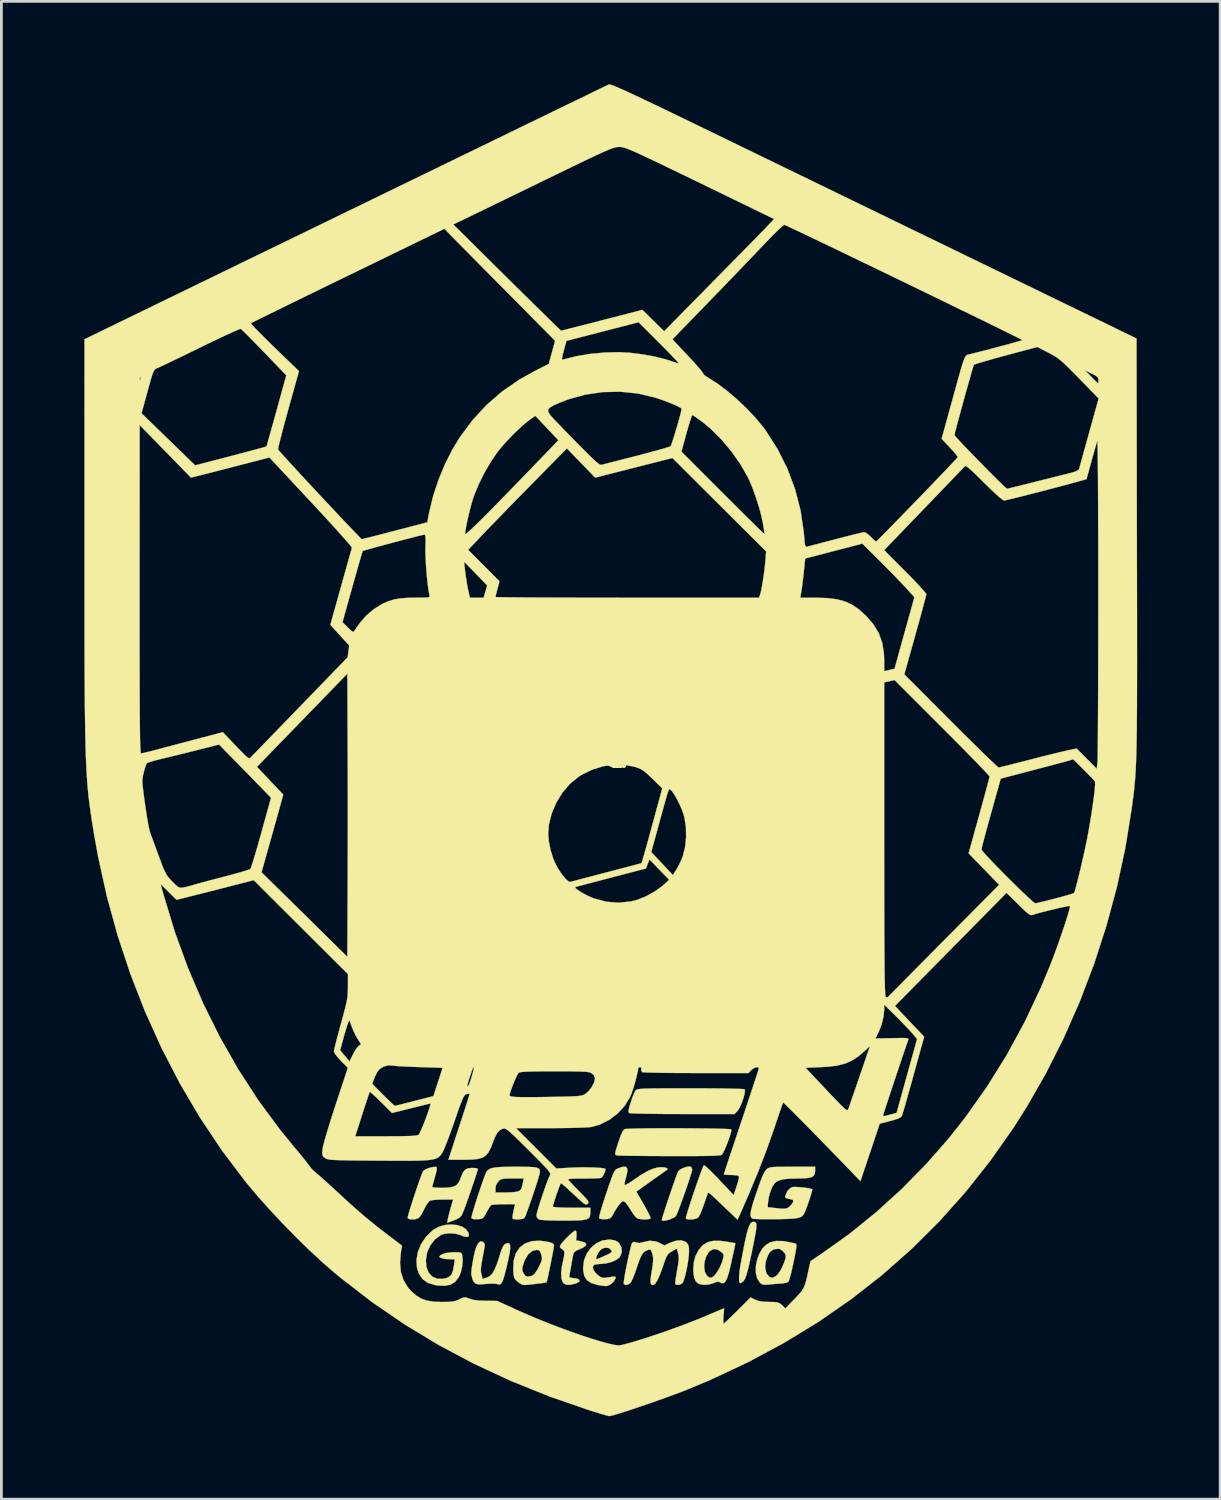
<source format=kicad_pcb>
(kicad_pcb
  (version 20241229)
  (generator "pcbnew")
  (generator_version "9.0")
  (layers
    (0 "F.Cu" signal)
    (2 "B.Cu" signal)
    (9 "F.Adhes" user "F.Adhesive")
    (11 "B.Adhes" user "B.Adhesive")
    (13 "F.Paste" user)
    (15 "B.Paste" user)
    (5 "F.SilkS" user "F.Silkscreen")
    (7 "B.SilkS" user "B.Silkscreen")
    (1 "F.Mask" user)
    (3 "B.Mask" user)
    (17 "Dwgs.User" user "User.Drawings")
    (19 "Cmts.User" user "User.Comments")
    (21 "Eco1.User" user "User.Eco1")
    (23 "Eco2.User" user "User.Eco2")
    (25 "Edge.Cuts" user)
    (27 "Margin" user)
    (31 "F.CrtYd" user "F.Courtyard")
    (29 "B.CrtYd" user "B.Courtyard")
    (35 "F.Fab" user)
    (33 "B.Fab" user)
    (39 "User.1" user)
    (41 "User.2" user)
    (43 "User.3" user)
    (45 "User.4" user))
  (footprint "seguridad-03"
    (layer "F.Cu")
    (at 19.478 24.063)
    (property "Reference" "seguridad-03" (at 0 0 0) (layer "F.SilkS") (effects (font (size 1.27 1.27) (thickness 0.15))))
    (attr through_hole)
    (fp_poly (pts (xy 14.623 -6.692) (xy 14.989 -6.582) (xy 15.316 -6.407) (xy 15.6 -6.177) (xy 15.835 -5.9) (xy 16.014 -5.583) (xy 16.134 -5.235) (xy 16.187 -4.865) (xy 16.169 -4.48) (xy 16.074 -4.088) (xy 16.05 -4.022) (xy 15.894 -3.721) (xy 15.671 -3.439) (xy 15.4 -3.194) (xy 15.099 -3.002) (xy 14.841 -2.896) (xy 14.53 -2.831) (xy 14.195 -2.81) (xy 13.872 -2.835) (xy 13.716 -2.868) (xy 13.33 -3.013) (xy 12.996 -3.222) (xy 12.72 -3.488) (xy 12.506 -3.806) (xy 12.359 -4.168) (xy 12.283 -4.569) (xy 12.273 -4.788) (xy 12.302 -5.171) (xy 12.393 -5.508) (xy 12.554 -5.816) (xy 12.778 -6.101) (xy 13.082 -6.373) (xy 13.424 -6.569) (xy 13.8 -6.689) (xy 14.21 -6.731) (xy 14.224 -6.731) (xy 14.623 -6.692)) (stroke (width 0.01) (type solid)) (fill yes) (layer "F.Mask"))
    (fp_poly (pts (xy -13.8 -6.821) (xy -13.445 -6.736) (xy -13.115 -6.589) (xy -12.816 -6.386) (xy -12.559 -6.132) (xy -12.352 -5.832) (xy -12.203 -5.492) (xy -12.121 -5.117) (xy -12.108 -4.888) (xy -12.147 -4.489) (xy -12.26 -4.114) (xy -12.441 -3.773) (xy -12.683 -3.477) (xy -12.98 -3.233) (xy -13.323 -3.052) (xy -13.466 -3.001) (xy -13.679 -2.955) (xy -13.934 -2.929) (xy -14.199 -2.925) (xy -14.443 -2.943) (xy -14.626 -2.98) (xy -15.009 -3.144) (xy -15.342 -3.371) (xy -15.619 -3.655) (xy -15.832 -3.99) (xy -15.976 -4.369) (xy -15.979 -4.383) (xy -16.038 -4.768) (xy -16.019 -5.151) (xy -15.927 -5.521) (xy -15.768 -5.867) (xy -15.547 -6.177) (xy -15.271 -6.439) (xy -14.943 -6.642) (xy -14.922 -6.652) (xy -14.547 -6.784) (xy -14.17 -6.839) (xy -13.8 -6.821)) (stroke (width 0.01) (type solid)) (fill yes) (layer "F.Mask"))
    (fp_poly (pts (xy -8.776 -14.339) (xy -8.496 -14.288) (xy -8.103 -14.145) (xy -7.764 -13.94) (xy -7.482 -13.677) (xy -7.263 -13.362) (xy -7.112 -13.003) (xy -7.032 -12.604) (xy -7.021 -12.382) (xy -7.059 -11.97) (xy -7.172 -11.59) (xy -7.355 -11.251) (xy -7.602 -10.958) (xy -7.908 -10.719) (xy -8.268 -10.541) (xy -8.478 -10.474) (xy -8.71 -10.434) (xy -8.979 -10.42) (xy -9.247 -10.433) (xy -9.475 -10.473) (xy -9.483 -10.475) (xy -9.87 -10.626) (xy -10.209 -10.844) (xy -10.492 -11.124) (xy -10.716 -11.461) (xy -10.841 -11.747) (xy -10.903 -12.01) (xy -10.927 -12.315) (xy -10.913 -12.631) (xy -10.862 -12.923) (xy -10.844 -12.986) (xy -10.69 -13.346) (xy -10.471 -13.66) (xy -10.199 -13.923) (xy -9.883 -14.127) (xy -9.534 -14.269) (xy -9.161 -14.341) (xy -8.776 -14.339)) (stroke (width 0.01) (type solid)) (fill yes) (layer "F.Mask"))
    (fp_poly (pts (xy 15.618 0.759) (xy 15.962 0.881) (xy 16.269 1.06) (xy 16.535 1.289) (xy 16.754 1.56) (xy 16.923 1.865) (xy 17.037 2.197) (xy 17.091 2.547) (xy 17.081 2.907) (xy 17.001 3.27) (xy 16.848 3.627) (xy 16.684 3.885) (xy 16.501 4.084) (xy 16.264 4.273) (xy 16.002 4.429) (xy 15.761 4.529) (xy 15.472 4.59) (xy 15.149 4.613) (xy 14.828 4.597) (xy 14.542 4.542) (xy 14.51 4.532) (xy 14.152 4.376) (xy 13.842 4.158) (xy 13.585 3.887) (xy 13.386 3.575) (xy 13.248 3.23) (xy 13.176 2.863) (xy 13.173 2.484) (xy 13.244 2.102) (xy 13.362 1.791) (xy 13.555 1.478) (xy 13.813 1.204) (xy 14.121 0.98) (xy 14.464 0.816) (xy 14.827 0.723) (xy 14.838 0.722) (xy 15.242 0.704) (xy 15.618 0.759)) (stroke (width 0.01) (type solid)) (fill yes) (layer "F.Mask"))
    (fp_poly (pts (xy 8.994 -14.3) (xy 9.385 -14.173) (xy 9.44 -14.148) (xy 9.642 -14.027) (xy 9.856 -13.851) (xy 10.06 -13.645) (xy 10.232 -13.431) (xy 10.338 -13.25) (xy 10.474 -12.868) (xy 10.532 -12.482) (xy 10.516 -12.103) (xy 10.431 -11.74) (xy 10.282 -11.403) (xy 10.071 -11.099) (xy 9.804 -10.84) (xy 9.484 -10.633) (xy 9.117 -10.489) (xy 9.079 -10.479) (xy 8.764 -10.427) (xy 8.424 -10.424) (xy 8.104 -10.467) (xy 8.048 -10.481) (xy 7.68 -10.62) (xy 7.363 -10.819) (xy 7.097 -11.07) (xy 6.885 -11.362) (xy 6.731 -11.685) (xy 6.637 -12.031) (xy 6.605 -12.388) (xy 6.637 -12.748) (xy 6.737 -13.1) (xy 6.907 -13.435) (xy 7.15 -13.744) (xy 7.18 -13.775) (xy 7.491 -14.029) (xy 7.838 -14.209) (xy 8.211 -14.316) (xy 8.599 -14.347) (xy 8.994 -14.3)) (stroke (width 0.01) (type solid)) (fill yes) (layer "F.Mask"))
    (fp_poly (pts (xy -14.597 0.464) (xy -14.245 0.59) (xy -13.929 0.777) (xy -13.656 1.017) (xy -13.432 1.303) (xy -13.264 1.629) (xy -13.158 1.986) (xy -13.12 2.367) (xy -13.158 2.766) (xy -13.189 2.902) (xy -13.319 3.243) (xy -13.521 3.561) (xy -13.782 3.842) (xy -14.09 4.07) (xy -14.266 4.164) (xy -14.401 4.223) (xy -14.52 4.261) (xy -14.649 4.284) (xy -14.814 4.298) (xy -15.007 4.304) (xy -15.299 4.304) (xy -15.519 4.287) (xy -15.642 4.261) (xy -16.03 4.091) (xy -16.364 3.861) (xy -16.638 3.575) (xy -16.847 3.239) (xy -16.987 2.859) (xy -17.026 2.678) (xy -17.051 2.289) (xy -16.998 1.912) (xy -16.875 1.557) (xy -16.688 1.233) (xy -16.445 0.949) (xy -16.151 0.715) (xy -15.815 0.541) (xy -15.443 0.435) (xy -15.384 0.426) (xy -14.979 0.407) (xy -14.597 0.464)) (stroke (width 0.01) (type solid)) (fill yes) (layer "F.Mask"))
    (fp_poly (pts (xy -0.05 -20.646) (xy 0.111 -20.617) (xy 0.239 -20.581) (xy 0.61 -20.428) (xy 0.938 -20.21) (xy 1.212 -19.936) (xy 1.421 -19.616) (xy 1.441 -19.575) (xy 1.58 -19.197) (xy 1.64 -18.82) (xy 1.627 -18.452) (xy 1.548 -18.101) (xy 1.408 -17.774) (xy 1.213 -17.478) (xy 0.97 -17.221) (xy 0.683 -17.011) (xy 0.359 -16.854) (xy 0.003 -16.759) (xy -0.377 -16.732) (xy -0.764 -16.779) (xy -1.099 -16.89) (xy -1.421 -17.07) (xy -1.71 -17.303) (xy -1.947 -17.575) (xy -2.047 -17.734) (xy -2.202 -18.102) (xy -2.28 -18.482) (xy -2.282 -18.862) (xy -2.214 -19.233) (xy -2.077 -19.583) (xy -1.875 -19.903) (xy -1.613 -20.181) (xy -1.292 -20.409) (xy -1.163 -20.476) (xy -0.988 -20.553) (xy -0.84 -20.602) (xy -0.685 -20.63) (xy -0.486 -20.647) (xy -0.446 -20.649) (xy -0.224 -20.656) (xy -0.05 -20.646)) (stroke (width 0.01) (type solid)) (fill yes) (layer "F.Mask"))
    (fp_poly (pts (xy 0.361 -0.136) (xy 0.849 -0.01) (xy 1.311 0.187) (xy 1.737 0.454) (xy 1.992 0.665) (xy 2.342 1.044) (xy 2.621 1.46) (xy 2.829 1.907) (xy 2.965 2.374) (xy 3.029 2.855) (xy 3.022 3.339) (xy 2.941 3.818) (xy 2.789 4.285) (xy 2.563 4.73) (xy 2.264 5.146) (xy 2.152 5.272) (xy 1.769 5.62) (xy 1.345 5.897) (xy 0.883 6.099) (xy 0.387 6.227) (xy -0.139 6.277) (xy -0.555 6.262) (xy -1.037 6.178) (xy -1.5 6.017) (xy -1.934 5.784) (xy -2.331 5.487) (xy -2.68 5.131) (xy -2.974 4.723) (xy -3.113 4.47) (xy -3.297 3.999) (xy -3.404 3.509) (xy -3.434 3.008) (xy -3.389 2.508) (xy -3.269 2.019) (xy -3.076 1.551) (xy -2.81 1.115) (xy -2.771 1.064) (xy -2.494 0.753) (xy -2.155 0.466) (xy -1.778 0.219) (xy -1.386 0.026) (xy -1.143 -0.06) (xy -0.646 -0.164) (xy -0.14 -0.188) (xy 0.361 -0.136)) (stroke (width 0.01) (type solid)) (fill yes) (layer "F.Mask"))
    (fp_poly (pts (xy 4.772 17.07) (xy 4.807 17.107) (xy 4.821 17.182) (xy 4.813 17.306) (xy 4.785 17.491) (xy 4.74 17.728) (xy 4.661 18.122) (xy 4.594 18.441) (xy 4.537 18.692) (xy 4.487 18.885) (xy 4.443 19.027) (xy 4.402 19.127) (xy 4.361 19.192) (xy 4.346 19.21) (xy 4.272 19.268) (xy 4.223 19.279) (xy 4.221 19.277) (xy 4.198 19.207) (xy 4.193 19.075) (xy 4.204 18.899) (xy 4.231 18.708) (xy 4.307 18.284) (xy 4.373 17.937) (xy 4.431 17.659) (xy 4.482 17.444) (xy 4.53 17.285) (xy 4.576 17.174) (xy 4.622 17.104) (xy 4.67 17.069) (xy 4.715 17.06) (xy 4.772 17.07)) (stroke (width 0.01) (type solid)) (fill yes) (layer "F.SilkS"))
    (fp_poly (pts (xy 2.456 15.074) (xy 2.463 15.081) (xy 2.494 15.156) (xy 2.497 15.177) (xy 2.484 15.241) (xy 2.446 15.369) (xy 2.39 15.546) (xy 2.319 15.756) (xy 2.241 15.983) (xy 2.16 16.212) (xy 2.081 16.428) (xy 2.011 16.616) (xy 1.954 16.758) (xy 1.916 16.842) (xy 1.909 16.854) (xy 1.838 16.908) (xy 1.73 16.959) (xy 1.608 16.999) (xy 1.496 17.022) (xy 1.419 17.021) (xy 1.397 17) (xy 1.41 16.944) (xy 1.446 16.823) (xy 1.501 16.652) (xy 1.568 16.445) (xy 1.644 16.217) (xy 1.723 15.983) (xy 1.8 15.758) (xy 1.871 15.556) (xy 1.93 15.392) (xy 1.972 15.28) (xy 1.988 15.243) (xy 2.052 15.18) (xy 2.158 15.122) (xy 2.279 15.079) (xy 2.387 15.06) (xy 2.456 15.074)) (stroke (width 0.01) (type solid)) (fill yes) (layer "F.SilkS"))
    (fp_poly (pts (xy 2.43 12.235) (xy 2.825 12.236) (xy 3.195 12.238) (xy 3.531 12.241) (xy 3.824 12.246) (xy 4.065 12.251) (xy 4.246 12.257) (xy 4.358 12.264) (xy 4.392 12.269) (xy 4.407 12.324) (xy 4.391 12.434) (xy 4.353 12.579) (xy 4.298 12.737) (xy 4.234 12.887) (xy 4.168 13.009) (xy 4.123 13.068) (xy 4.026 13.166) (xy 2.15 13.165) (xy 1.759 13.164) (xy 1.392 13.162) (xy 1.06 13.158) (xy 0.771 13.154) (xy 0.533 13.148) (xy 0.357 13.142) (xy 0.25 13.135) (xy 0.221 13.13) (xy 0.199 13.095) (xy 0.201 13.025) (xy 0.229 12.902) (xy 0.278 12.739) (xy 0.336 12.568) (xy 0.394 12.423) (xy 0.442 12.326) (xy 0.455 12.308) (xy 0.476 12.291) (xy 0.509 12.276) (xy 0.561 12.264) (xy 0.64 12.255) (xy 0.754 12.248) (xy 0.91 12.243) (xy 1.115 12.239) (xy 1.377 12.237) (xy 1.704 12.235) (xy 2.102 12.235) (xy 2.43 12.235)) (stroke (width 0.01) (type solid)) (fill yes) (layer "F.SilkS"))
    (fp_poly (pts (xy -1.69 17.417) (xy -1.684 17.528) (xy -1.685 17.555) (xy -1.698 17.732) (xy -1.516 17.768) (xy -1.381 17.811) (xy -1.328 17.867) (xy -1.357 17.933) (xy -1.466 18.004) (xy -1.556 18.042) (xy -1.705 18.11) (xy -1.783 18.18) (xy -1.798 18.217) (xy -1.816 18.309) (xy -1.842 18.447) (xy -1.871 18.61) (xy -1.901 18.776) (xy -1.926 18.921) (xy -1.942 19.024) (xy -1.947 19.061) (xy -1.91 19.08) (xy -1.815 19.096) (xy -1.768 19.1) (xy -1.632 19.127) (xy -1.573 19.173) (xy -1.592 19.23) (xy -1.693 19.285) (xy -1.728 19.297) (xy -1.925 19.341) (xy -2.064 19.334) (xy -2.159 19.275) (xy -2.178 19.252) (xy -2.227 19.119) (xy -2.24 18.925) (xy -2.215 18.684) (xy -2.181 18.521) (xy -2.138 18.323) (xy -2.122 18.191) (xy -2.134 18.11) (xy -2.175 18.066) (xy -2.201 18.055) (xy -2.27 18) (xy -2.286 17.949) (xy -2.257 17.888) (xy -2.18 17.79) (xy -2.074 17.673) (xy -1.957 17.556) (xy -1.846 17.457) (xy -1.758 17.392) (xy -1.721 17.378) (xy -1.69 17.417)) (stroke (width 0.01) (type solid)) (fill yes) (layer "F.SilkS"))
    (fp_poly (pts (xy 1.974 13.68) (xy 2.325 13.681) (xy 2.665 13.684) (xy 2.986 13.687) (xy 3.275 13.692) (xy 3.522 13.697) (xy 3.718 13.704) (xy 3.851 13.711) (xy 3.912 13.72) (xy 3.914 13.721) (xy 3.914 13.772) (xy 3.886 13.881) (xy 3.839 14.028) (xy 3.779 14.193) (xy 3.714 14.356) (xy 3.651 14.498) (xy 3.598 14.599) (xy 3.569 14.637) (xy 3.531 14.65) (xy 3.453 14.661) (xy 3.328 14.67) (xy 3.15 14.677) (xy 2.914 14.681) (xy 2.613 14.684) (xy 2.241 14.685) (xy 1.792 14.685) (xy 1.675 14.685) (xy 1.288 14.683) (xy 0.925 14.681) (xy 0.597 14.678) (xy 0.311 14.675) (xy 0.077 14.671) (xy -0.096 14.667) (xy -0.198 14.663) (xy -0.222 14.66) (xy -0.262 14.648) (xy -0.284 14.627) (xy -0.287 14.583) (xy -0.269 14.5) (xy -0.229 14.366) (xy -0.165 14.166) (xy -0.164 14.164) (xy -0.08 13.93) (xy -0.008 13.778) (xy 0.052 13.711) (xy 0.109 13.703) (xy 0.239 13.696) (xy 0.432 13.69) (xy 0.677 13.686) (xy 0.964 13.682) (xy 1.283 13.68) (xy 1.623 13.679) (xy 1.974 13.68)) (stroke (width 0.01) (type solid)) (fill yes) (layer "F.SilkS"))
    (fp_poly (pts (xy 3.745 17.78) (xy 4.06 17.834) (xy 4.034 17.966) (xy 4.015 18.057) (xy 3.982 18.211) (xy 3.94 18.404) (xy 3.893 18.617) (xy 3.892 18.622) (xy 3.826 18.895) (xy 3.764 19.09) (xy 3.704 19.215) (xy 3.64 19.276) (xy 3.569 19.279) (xy 3.521 19.257) (xy 3.449 19.226) (xy 3.368 19.237) (xy 3.282 19.274) (xy 3.1 19.329) (xy 2.905 19.34) (xy 2.738 19.303) (xy 2.725 19.297) (xy 2.628 19.216) (xy 2.569 19.079) (xy 2.542 18.876) (xy 2.54 18.779) (xy 2.546 18.688) (xy 2.93 18.688) (xy 2.956 18.87) (xy 3.028 19.009) (xy 3.03 19.011) (xy 3.12 19.08) (xy 3.209 19.079) (xy 3.306 19.002) (xy 3.405 18.87) (xy 3.496 18.711) (xy 3.571 18.539) (xy 3.602 18.443) (xy 3.63 18.319) (xy 3.628 18.245) (xy 3.59 18.189) (xy 3.53 18.137) (xy 3.384 18.052) (xy 3.25 18.05) (xy 3.124 18.131) (xy 3.109 18.146) (xy 3.009 18.301) (xy 2.949 18.49) (xy 2.93 18.688) (xy 2.546 18.688) (xy 2.559 18.514) (xy 2.621 18.29) (xy 2.739 18.073) (xy 2.742 18.068) (xy 2.879 17.906) (xy 3.047 17.801) (xy 3.256 17.75) (xy 3.517 17.75) (xy 3.745 17.78)) (stroke (width 0.01) (type solid)) (fill yes) (layer "F.SilkS"))
    (fp_poly (pts (xy 5.793 17.758) (xy 6.111 17.817) (xy 6.228 17.848) (xy 6.253 17.862) (xy 6.265 17.898) (xy 6.264 17.967) (xy 6.248 18.08) (xy 6.217 18.25) (xy 6.169 18.49) (xy 6.163 18.522) (xy 6.113 18.75) (xy 6.065 18.95) (xy 6.022 19.108) (xy 5.989 19.206) (xy 5.975 19.23) (xy 5.903 19.264) (xy 5.783 19.287) (xy 5.723 19.292) (xy 5.561 19.302) (xy 5.372 19.318) (xy 5.283 19.327) (xy 5.14 19.339) (xy 5.051 19.33) (xy 4.984 19.293) (xy 4.937 19.25) (xy 4.844 19.1) (xy 4.799 18.903) (xy 4.799 18.698) (xy 5.135 18.698) (xy 5.171 18.888) (xy 5.204 18.955) (xy 5.3 19.062) (xy 5.405 19.086) (xy 5.522 19.027) (xy 5.59 18.963) (xy 5.671 18.851) (xy 5.754 18.697) (xy 5.826 18.529) (xy 5.873 18.379) (xy 5.884 18.3) (xy 5.85 18.205) (xy 5.767 18.111) (xy 5.667 18.046) (xy 5.612 18.035) (xy 5.441 18.059) (xy 5.321 18.14) (xy 5.245 18.254) (xy 5.16 18.48) (xy 5.135 18.698) (xy 4.799 18.698) (xy 4.8 18.677) (xy 4.843 18.442) (xy 4.926 18.216) (xy 5.046 18.018) (xy 5.147 17.91) (xy 5.318 17.804) (xy 5.531 17.753) (xy 5.793 17.758)) (stroke (width 0.01) (type solid)) (fill yes) (layer "F.SilkS"))
    (fp_poly (pts (xy -5.084 17.78) (xy -5.06 17.795) (xy -5.02 17.833) (xy -5.004 17.885) (xy -5.01 17.974) (xy -5.036 18.122) (xy -5.084 18.38) (xy -5.117 18.569) (xy -5.137 18.706) (xy -5.143 18.805) (xy -5.139 18.882) (xy -5.126 18.951) (xy -5.12 18.973) (xy -5.078 19.13) (xy -4.92 19.076) (xy -4.819 19.024) (xy -4.731 18.935) (xy -4.649 18.798) (xy -4.567 18.602) (xy -4.479 18.336) (xy -4.46 18.274) (xy -4.399 18.084) (xy -4.347 17.961) (xy -4.297 17.888) (xy -4.245 17.853) (xy -4.165 17.828) (xy -4.112 17.845) (xy -4.084 17.908) (xy -4.082 18.026) (xy -4.105 18.204) (xy -4.155 18.449) (xy -4.23 18.768) (xy -4.232 18.778) (xy -4.295 19.017) (xy -4.348 19.181) (xy -4.398 19.28) (xy -4.45 19.325) (xy -4.509 19.325) (xy -4.53 19.317) (xy -4.617 19.3) (xy -4.76 19.296) (xy -4.931 19.303) (xy -5.101 19.322) (xy -5.227 19.323) (xy -5.322 19.303) (xy -5.403 19.233) (xy -5.442 19.147) (xy -5.468 19.039) (xy -5.487 18.97) (xy -5.489 18.894) (xy -5.476 18.759) (xy -5.45 18.586) (xy -5.416 18.397) (xy -5.378 18.216) (xy -5.34 18.064) (xy -5.306 17.963) (xy -5.305 17.962) (xy -5.229 17.827) (xy -5.159 17.768) (xy -5.084 17.78)) (stroke (width 0.01) (type solid)) (fill yes) (layer "F.SilkS"))
    (fp_poly (pts (xy -2.713 17.787) (xy -2.572 17.83) (xy -2.506 17.878) (xy -2.498 17.908) (xy -2.506 17.972) (xy -2.527 18.097) (xy -2.559 18.267) (xy -2.597 18.463) (xy -2.638 18.669) (xy -2.679 18.867) (xy -2.715 19.04) (xy -2.745 19.171) (xy -2.764 19.241) (xy -2.767 19.249) (xy -2.813 19.26) (xy -2.921 19.277) (xy -3.069 19.296) (xy -3.233 19.315) (xy -3.39 19.332) (xy -3.52 19.343) (xy -3.587 19.346) (xy -3.677 19.319) (xy -3.786 19.251) (xy -3.819 19.224) (xy -3.89 19.153) (xy -3.933 19.084) (xy -3.956 18.99) (xy -3.969 18.845) (xy -3.972 18.786) (xy -3.971 18.766) (xy -3.648 18.766) (xy -3.636 18.842) (xy -3.606 18.913) (xy -3.536 19.014) (xy -3.445 19.047) (xy -3.311 19.019) (xy -3.287 19.01) (xy -3.194 18.935) (xy -3.089 18.776) (xy -3.046 18.692) (xy -2.975 18.542) (xy -2.939 18.441) (xy -2.933 18.36) (xy -2.951 18.272) (xy -2.959 18.245) (xy -3 18.136) (xy -3.05 18.087) (xy -3.131 18.076) (xy -3.285 18.117) (xy -3.424 18.232) (xy -3.539 18.412) (xy -3.588 18.533) (xy -3.633 18.673) (xy -3.648 18.766) (xy -3.971 18.766) (xy -3.956 18.466) (xy -3.877 18.2) (xy -3.739 17.992) (xy -3.545 17.844) (xy -3.3 17.76) (xy -3.007 17.744) (xy -2.713 17.787)) (stroke (width 0.01) (type solid)) (fill yes) (layer "F.SilkS"))
    (fp_poly (pts (xy -6.009 17.178) (xy -5.823 17.236) (xy -5.678 17.331) (xy -5.59 17.458) (xy -5.578 17.504) (xy -5.583 17.584) (xy -5.643 17.611) (xy -5.763 17.587) (xy -5.875 17.543) (xy -6.059 17.492) (xy -6.266 17.476) (xy -6.461 17.496) (xy -6.584 17.537) (xy -6.804 17.698) (xy -6.973 17.914) (xy -7.085 18.169) (xy -7.131 18.446) (xy -7.111 18.696) (xy -7.032 18.9) (xy -6.9 19.043) (xy -6.722 19.119) (xy -6.509 19.124) (xy -6.395 19.098) (xy -6.28 19.046) (xy -6.201 18.959) (xy -6.148 18.821) (xy -6.113 18.628) (xy -6.085 18.415) (xy -6.233 18.415) (xy -6.389 18.407) (xy -6.524 18.385) (xy -6.617 18.355) (xy -6.646 18.326) (xy -6.607 18.27) (xy -6.503 18.219) (xy -6.353 18.182) (xy -6.177 18.162) (xy -6.12 18.161) (xy -5.971 18.163) (xy -5.885 18.175) (xy -5.841 18.204) (xy -5.819 18.258) (xy -5.816 18.271) (xy -5.798 18.453) (xy -5.817 18.671) (xy -5.867 18.888) (xy -5.942 19.066) (xy -5.943 19.066) (xy -6.072 19.23) (xy -6.237 19.332) (xy -6.447 19.375) (xy -6.713 19.362) (xy -6.795 19.349) (xy -7.05 19.272) (xy -7.244 19.139) (xy -7.379 18.946) (xy -7.45 18.734) (xy -7.472 18.452) (xy -7.421 18.158) (xy -7.305 17.872) (xy -7.13 17.608) (xy -6.903 17.383) (xy -6.852 17.344) (xy -6.659 17.239) (xy -6.443 17.177) (xy -6.221 17.158) (xy -6.009 17.178)) (stroke (width 0.01) (type solid)) (fill yes) (layer "F.SilkS"))
    (fp_poly (pts (xy -0.455 17.706) (xy -0.3 17.733) (xy -0.195 17.787) (xy -0.14 17.84) (xy -0.059 17.995) (xy -0.05 18.166) (xy -0.116 18.327) (xy -0.129 18.345) (xy -0.24 18.434) (xy -0.409 18.51) (xy -0.609 18.563) (xy -0.814 18.585) (xy -0.823 18.585) (xy -0.946 18.594) (xy -1.038 18.615) (xy -1.051 18.622) (xy -1.096 18.692) (xy -1.076 18.793) (xy -0.997 18.908) (xy -0.92 18.98) (xy -0.827 19.05) (xy -0.753 19.084) (xy -0.664 19.089) (xy -0.529 19.07) (xy -0.507 19.066) (xy -0.368 19.045) (xy -0.295 19.042) (xy -0.27 19.06) (xy -0.276 19.104) (xy -0.278 19.111) (xy -0.346 19.23) (xy -0.459 19.328) (xy -0.585 19.381) (xy -0.627 19.384) (xy -0.743 19.373) (xy -0.887 19.35) (xy -0.921 19.344) (xy -1.15 19.276) (xy -1.307 19.171) (xy -1.402 19.019) (xy -1.443 18.809) (xy -1.446 18.723) (xy -1.412 18.455) (xy -1.375 18.364) (xy -0.976 18.364) (xy -0.969 18.411) (xy -0.956 18.415) (xy -0.912 18.399) (xy -0.812 18.357) (xy -0.676 18.297) (xy -0.659 18.289) (xy -0.515 18.223) (xy -0.437 18.176) (xy -0.41 18.138) (xy -0.422 18.096) (xy -0.432 18.078) (xy -0.521 18.008) (xy -0.648 17.996) (xy -0.764 18.035) (xy -0.83 18.092) (xy -0.894 18.181) (xy -0.947 18.279) (xy -0.976 18.364) (xy -1.375 18.364) (xy -1.314 18.211) (xy -1.163 18.002) (xy -0.971 17.84) (xy -0.749 17.736) (xy -0.508 17.703) (xy -0.455 17.706)) (stroke (width 0.01) (type solid)) (fill yes) (layer "F.SilkS"))
    (fp_poly (pts (xy 0.149 15.13) (xy 0.153 15.252) (xy 0.109 15.441) (xy 0.107 15.448) (xy 0.07 15.585) (xy 0.052 15.688) (xy 0.055 15.732) (xy 0.098 15.721) (xy 0.194 15.67) (xy 0.323 15.587) (xy 0.39 15.542) (xy 0.655 15.363) (xy 0.874 15.235) (xy 1.059 15.151) (xy 1.225 15.104) (xy 1.296 15.092) (xy 1.432 15.087) (xy 1.539 15.102) (xy 1.601 15.132) (xy 1.6 15.172) (xy 1.582 15.187) (xy 1.532 15.222) (xy 1.426 15.296) (xy 1.278 15.401) (xy 1.101 15.526) (xy 1.006 15.594) (xy 0.478 15.969) (xy 0.747 16.433) (xy 0.847 16.612) (xy 0.927 16.765) (xy 0.978 16.877) (xy 0.994 16.934) (xy 0.993 16.937) (xy 0.936 16.962) (xy 0.827 16.974) (xy 0.697 16.972) (xy 0.577 16.956) (xy 0.508 16.934) (xy 0.447 16.877) (xy 0.363 16.77) (xy 0.279 16.643) (xy 0.169 16.468) (xy 0.087 16.362) (xy 0.022 16.319) (xy -0.038 16.331) (xy -0.105 16.394) (xy -0.133 16.427) (xy -0.229 16.562) (xy -0.324 16.718) (xy -0.349 16.765) (xy -0.412 16.879) (xy -0.472 16.937) (xy -0.56 16.96) (xy -0.642 16.967) (xy -0.768 16.966) (xy -0.852 16.946) (xy -0.868 16.934) (xy -0.863 16.881) (xy -0.835 16.762) (xy -0.785 16.587) (xy -0.719 16.369) (xy -0.639 16.122) (xy -0.61 16.037) (xy -0.515 15.754) (xy -0.44 15.541) (xy -0.382 15.386) (xy -0.336 15.28) (xy -0.296 15.211) (xy -0.258 15.169) (xy -0.216 15.143) (xy -0.194 15.133) (xy -0.021 15.075) (xy 0.092 15.073) (xy 0.149 15.13)) (stroke (width 0.01) (type solid)) (fill yes) (layer "F.SilkS"))
    (fp_poly (pts (xy -6.733 15.106) (xy -6.737 15.19) (xy -6.775 15.339) (xy -6.799 15.42) (xy -6.844 15.582) (xy -6.879 15.712) (xy -6.898 15.79) (xy -6.899 15.801) (xy -6.861 15.815) (xy -6.756 15.826) (xy -6.605 15.832) (xy -6.525 15.833) (xy -6.293 15.824) (xy -6.128 15.791) (xy -6.012 15.725) (xy -5.93 15.616) (xy -5.867 15.466) (xy -5.796 15.289) (xy -5.716 15.182) (xy -5.611 15.128) (xy -5.463 15.113) (xy -5.454 15.113) (xy -5.336 15.12) (xy -5.262 15.137) (xy -5.249 15.149) (xy -5.263 15.204) (xy -5.3 15.323) (xy -5.354 15.491) (xy -5.422 15.692) (xy -5.497 15.911) (xy -5.574 16.134) (xy -5.648 16.343) (xy -5.714 16.525) (xy -5.766 16.663) (xy -5.791 16.724) (xy -5.848 16.838) (xy -5.913 16.911) (xy -6.014 16.967) (xy -6.117 17.007) (xy -6.36 17.097) (xy -6.336 16.962) (xy -6.312 16.852) (xy -6.271 16.695) (xy -6.228 16.542) (xy -6.144 16.256) (xy -6.525 16.256) (xy -6.706 16.261) (xy -6.862 16.274) (xy -6.968 16.293) (xy -6.991 16.302) (xy -7.051 16.362) (xy -7.125 16.476) (xy -7.197 16.616) (xy -7.27 16.758) (xy -7.344 16.872) (xy -7.402 16.93) (xy -7.508 16.966) (xy -7.626 16.976) (xy -7.728 16.964) (xy -7.785 16.929) (xy -7.789 16.913) (xy -7.776 16.847) (xy -7.739 16.716) (xy -7.685 16.537) (xy -7.617 16.325) (xy -7.542 16.096) (xy -7.465 15.865) (xy -7.39 15.647) (xy -7.323 15.46) (xy -7.27 15.318) (xy -7.234 15.236) (xy -7.229 15.226) (xy -7.153 15.168) (xy -7.035 15.12) (xy -7.005 15.112) (xy -6.858 15.079) (xy -6.77 15.073) (xy -6.733 15.106)) (stroke (width 0.01) (type solid)) (fill yes) (layer "F.SilkS"))
    (fp_poly (pts (xy -3.59 15.072) (xy -3.369 15.077) (xy -3.212 15.088) (xy -3.108 15.108) (xy -3.046 15.138) (xy -3.015 15.181) (xy -3.006 15.239) (xy -3.006 15.259) (xy -3.019 15.326) (xy -3.056 15.457) (xy -3.111 15.636) (xy -3.179 15.847) (xy -3.255 16.075) (xy -3.333 16.303) (xy -3.408 16.518) (xy -3.475 16.701) (xy -3.528 16.839) (xy -3.562 16.916) (xy -3.567 16.923) (xy -3.63 16.954) (xy -3.739 16.971) (xy -3.859 16.975) (xy -3.957 16.962) (xy -3.996 16.941) (xy -3.999 16.884) (xy -3.983 16.772) (xy -3.962 16.666) (xy -3.906 16.425) (xy -4.313 16.426) (xy -4.494 16.429) (xy -4.645 16.438) (xy -4.745 16.45) (xy -4.77 16.458) (xy -4.815 16.511) (xy -4.88 16.615) (xy -4.939 16.722) (xy -5.008 16.85) (xy -5.064 16.921) (xy -5.131 16.953) (xy -5.233 16.966) (xy -5.26 16.967) (xy -5.403 16.966) (xy -5.475 16.938) (xy -5.484 16.923) (xy -5.477 16.87) (xy -5.446 16.752) (xy -5.397 16.585) (xy -5.335 16.383) (xy -5.264 16.161) (xy -5.189 15.934) (xy -5.161 15.852) (xy -4.614 15.852) (xy -4.614 16.002) (xy -4.257 16.002) (xy -4.078 15.997) (xy -3.92 15.985) (xy -3.812 15.967) (xy -3.795 15.962) (xy -3.73 15.929) (xy -3.686 15.875) (xy -3.652 15.78) (xy -3.619 15.632) (xy -3.592 15.494) (xy -3.999 15.494) (xy -4.191 15.496) (xy -4.319 15.503) (xy -4.402 15.522) (xy -4.461 15.554) (xy -4.51 15.598) (xy -4.598 15.737) (xy -4.614 15.852) (xy -5.161 15.852) (xy -5.116 15.718) (xy -5.048 15.526) (xy -4.992 15.376) (xy -4.952 15.28) (xy -4.947 15.272) (xy -4.901 15.205) (xy -4.835 15.155) (xy -4.737 15.118) (xy -4.598 15.094) (xy -4.406 15.079) (xy -4.149 15.072) (xy -3.884 15.071) (xy -3.59 15.072)) (stroke (width 0.01) (type solid)) (fill yes) (layer "F.SilkS"))
    (fp_poly (pts (xy 2.26 17.785) (xy 2.3 17.818) (xy 2.353 17.889) (xy 2.378 17.983) (xy 2.382 18.13) (xy 2.382 18.154) (xy 2.368 18.34) (xy 2.34 18.549) (xy 2.301 18.764) (xy 2.256 18.965) (xy 2.208 19.134) (xy 2.162 19.251) (xy 2.131 19.293) (xy 2.032 19.338) (xy 1.937 19.341) (xy 1.888 19.31) (xy 1.886 19.256) (xy 1.899 19.138) (xy 1.925 18.974) (xy 1.951 18.827) (xy 1.99 18.609) (xy 2.01 18.451) (xy 2.012 18.333) (xy 1.997 18.233) (xy 1.99 18.205) (xy 1.943 18.03) (xy 1.767 18.127) (xy 1.688 18.175) (xy 1.629 18.226) (xy 1.58 18.299) (xy 1.531 18.41) (xy 1.472 18.578) (xy 1.441 18.669) (xy 1.338 18.954) (xy 1.248 19.159) (xy 1.168 19.288) (xy 1.097 19.343) (xy 1.077 19.346) (xy 1.026 19.334) (xy 0.998 19.288) (xy 0.991 19.196) (xy 1.005 19.047) (xy 1.038 18.833) (xy 1.071 18.62) (xy 1.086 18.467) (xy 1.083 18.35) (xy 1.064 18.247) (xy 1.058 18.224) (xy 1.023 18.113) (xy 0.989 18.067) (xy 0.934 18.068) (xy 0.889 18.083) (xy 0.802 18.121) (xy 0.732 18.178) (xy 0.67 18.267) (xy 0.608 18.401) (xy 0.536 18.596) (xy 0.492 18.728) (xy 0.425 18.921) (xy 0.359 19.089) (xy 0.303 19.212) (xy 0.269 19.268) (xy 0.181 19.33) (xy 0.088 19.345) (xy 0.024 19.309) (xy 0.023 19.254) (xy 0.039 19.134) (xy 0.067 18.965) (xy 0.105 18.763) (xy 0.148 18.546) (xy 0.194 18.33) (xy 0.239 18.131) (xy 0.28 17.968) (xy 0.313 17.855) (xy 0.332 17.812) (xy 0.405 17.787) (xy 0.475 17.809) (xy 0.59 17.829) (xy 0.72 17.798) (xy 0.961 17.745) (xy 1.188 17.772) (xy 1.321 17.827) (xy 1.495 17.915) (xy 1.702 17.818) (xy 1.921 17.743) (xy 2.11 17.732) (xy 2.26 17.785)) (stroke (width 0.01) (type solid)) (fill yes) (layer "F.SilkS"))
    (fp_poly (pts (xy 6.943 15.216) (xy 6.93 15.325) (xy 6.885 15.402) (xy 6.795 15.453) (xy 6.65 15.481) (xy 6.437 15.493) (xy 6.309 15.494) (xy 6.023 15.501) (xy 5.807 15.522) (xy 5.648 15.561) (xy 5.534 15.62) (xy 5.474 15.674) (xy 5.395 15.796) (xy 5.323 15.972) (xy 5.267 16.171) (xy 5.239 16.36) (xy 5.239 16.363) (xy 5.228 16.531) (xy 5.558 16.57) (xy 5.73 16.587) (xy 5.842 16.589) (xy 5.918 16.574) (xy 5.982 16.538) (xy 5.998 16.526) (xy 6.088 16.439) (xy 6.142 16.353) (xy 6.154 16.294) (xy 6.12 16.26) (xy 6.022 16.237) (xy 6.007 16.234) (xy 5.901 16.21) (xy 5.86 16.177) (xy 5.865 16.118) (xy 5.866 16.114) (xy 5.946 15.941) (xy 6.06 15.832) (xy 6.125 15.806) (xy 6.208 15.8) (xy 6.34 15.805) (xy 6.495 15.819) (xy 6.647 15.839) (xy 6.769 15.861) (xy 6.837 15.883) (xy 6.84 15.885) (xy 6.835 15.93) (xy 6.807 16.034) (xy 6.763 16.176) (xy 6.709 16.338) (xy 6.653 16.499) (xy 6.6 16.637) (xy 6.564 16.724) (xy 6.523 16.799) (xy 6.474 16.856) (xy 6.404 16.897) (xy 6.301 16.926) (xy 6.154 16.945) (xy 5.952 16.957) (xy 5.682 16.964) (xy 5.524 16.966) (xy 5.27 16.968) (xy 5.044 16.967) (xy 4.86 16.962) (xy 4.731 16.955) (xy 4.673 16.945) (xy 4.673 16.945) (xy 4.63 16.902) (xy 4.608 16.839) (xy 4.609 16.745) (xy 4.634 16.611) (xy 4.685 16.425) (xy 4.765 16.176) (xy 4.824 16.001) (xy 4.925 15.71) (xy 5.008 15.49) (xy 5.076 15.333) (xy 5.134 15.228) (xy 5.185 15.167) (xy 5.186 15.166) (xy 5.228 15.133) (xy 5.274 15.109) (xy 5.337 15.092) (xy 5.431 15.081) (xy 5.567 15.074) (xy 5.758 15.072) (xy 6.017 15.071) (xy 6.12 15.071) (xy 6.943 15.071) (xy 6.943 15.216)) (stroke (width 0.01) (type solid)) (fill yes) (layer "F.SilkS"))
    (fp_poly (pts (xy -0.454 -24.049) (xy -0.387 -24.028) (xy -0.291 -23.991) (xy -0.163 -23.938) (xy 0.001 -23.865) (xy 0.206 -23.772) (xy 0.456 -23.655) (xy 0.755 -23.514) (xy 1.108 -23.346) (xy 1.518 -23.148) (xy 1.99 -22.921) (xy 2.529 -22.66) (xy 3.138 -22.364) (xy 3.33 -22.271) (xy 3.837 -22.025) (xy 4.412 -21.746) (xy 5.046 -21.438) (xy 5.73 -21.106) (xy 6.455 -20.754) (xy 7.212 -20.386) (xy 7.994 -20.007) (xy 8.79 -19.62) (xy 9.594 -19.23) (xy 10.395 -18.841) (xy 11.185 -18.458) (xy 11.955 -18.084) (xy 12.697 -17.723) (xy 12.827 -17.66) (xy 18.563 -14.875) (xy 18.576 -7.342) (xy 18.578 -6.379) (xy 18.58 -5.496) (xy 18.581 -4.689) (xy 18.581 -3.954) (xy 18.582 -3.286) (xy 18.581 -2.682) (xy 18.58 -2.138) (xy 18.579 -1.648) (xy 18.576 -1.209) (xy 18.573 -0.817) (xy 18.568 -0.467) (xy 18.563 -0.155) (xy 18.556 0.123) (xy 18.548 0.371) (xy 18.539 0.594) (xy 18.529 0.796) (xy 18.516 0.982) (xy 18.503 1.154) (xy 18.488 1.318) (xy 18.471 1.478) (xy 18.452 1.638) (xy 18.431 1.802) (xy 18.408 1.975) (xy 18.39 2.113) (xy 18.16 3.537) (xy 17.854 4.955) (xy 17.474 6.362) (xy 17.025 7.748) (xy 16.508 9.105) (xy 15.926 10.426) (xy 15.283 11.702) (xy 14.581 12.926) (xy 14.109 13.669) (xy 13.276 14.854) (xy 12.386 15.978) (xy 11.439 17.039) (xy 10.434 18.039) (xy 9.372 18.978) (xy 8.251 19.856) (xy 7.071 20.674) (xy 5.831 21.431) (xy 4.532 22.129) (xy 3.173 22.768) (xy 2.349 23.114) (xy 2.12 23.204) (xy 1.851 23.305) (xy 1.556 23.413) (xy 1.244 23.525) (xy 0.927 23.636) (xy 0.616 23.742) (xy 0.322 23.841) (xy 0.056 23.928) (xy -0.17 23.999) (xy -0.346 24.051) (xy -0.461 24.08) (xy -0.496 24.085) (xy -0.561 24.071) (xy -0.691 24.036) (xy -0.869 23.983) (xy -1.081 23.918) (xy -1.206 23.879) (xy -2.658 23.377) (xy -4.048 22.817) (xy -5.381 22.199) (xy -6.659 21.52) (xy -7.885 20.779) (xy -9.062 19.974) (xy -10.192 19.103) (xy -10.434 18.904) (xy -10.871 18.524) (xy -11.34 18.089) (xy -11.825 17.616) (xy -12.31 17.12) (xy -12.78 16.618) (xy -13.219 16.125) (xy -13.613 15.657) (xy -13.659 15.6) (xy -14.503 14.482) (xy -15.289 13.306) (xy -16.015 12.077) (xy -16.678 10.798) (xy -17.277 9.475) (xy -17.809 8.113) (xy -18.273 6.715) (xy -18.666 5.289) (xy -18.762 4.85) (xy -16.721 4.85) (xy -16.612 5.246) (xy -16.206 6.585) (xy -15.73 7.889) (xy -15.188 9.155) (xy -14.582 10.377) (xy -13.914 11.55) (xy -13.188 12.67) (xy -12.405 13.73) (xy -11.908 14.338) (xy -11.75 14.526) (xy -11.6 14.709) (xy -11.473 14.868) (xy -11.382 14.987) (xy -11.362 15.015) (xy -11.267 15.138) (xy -11.169 15.24) (xy -11.125 15.275) (xy -11.063 15.324) (xy -10.951 15.421) (xy -10.797 15.558) (xy -10.614 15.723) (xy -10.411 15.909) (xy -10.325 15.989) (xy -9.985 16.302) (xy -9.687 16.57) (xy -9.416 16.806) (xy -9.154 17.026) (xy -8.884 17.243) (xy -8.589 17.472) (xy -8.474 17.559) (xy -7.995 17.924) (xy -8.03 18.138) (xy -8.065 18.532) (xy -8.035 18.877) (xy -7.937 19.179) (xy -7.771 19.445) (xy -7.666 19.561) (xy -7.482 19.725) (xy -7.296 19.839) (xy -7.089 19.911) (xy -6.839 19.949) (xy -6.54 19.96) (xy -6.328 19.957) (xy -6.176 19.945) (xy -6.058 19.92) (xy -5.951 19.878) (xy -5.923 19.864) (xy -5.804 19.809) (xy -5.724 19.791) (xy -5.645 19.807) (xy -5.563 19.84) (xy -5.419 19.883) (xy -5.218 19.908) (xy -4.974 19.917) (xy -4.551 19.922) (xy -3.841 20.248) (xy -3.467 20.413) (xy -3.074 20.579) (xy -2.668 20.742) (xy -2.261 20.898) (xy -1.862 21.044) (xy -1.48 21.177) (xy -1.124 21.293) (xy -0.805 21.39) (xy -0.532 21.464) (xy -0.314 21.512) (xy -0.162 21.53) (xy -0.127 21.528) (xy -0.027 21.51) (xy 0.137 21.468) (xy 0.348 21.409) (xy 0.591 21.336) (xy 0.85 21.255) (xy 0.859 21.252) (xy 1.538 21.023) (xy 2.18 20.79) (xy 2.768 20.56) (xy 3.09 20.425) (xy 3.262 20.351) (xy 3.415 20.287) (xy 3.524 20.241) (xy 3.551 20.23) (xy 3.652 20.191) (xy 3.63 20.467) (xy 3.623 20.607) (xy 3.624 20.707) (xy 3.634 20.743) (xy 3.672 20.715) (xy 3.758 20.637) (xy 3.882 20.518) (xy 4.034 20.37) (xy 4.136 20.269) (xy 4.612 19.795) (xy 4.772 19.876) (xy 4.902 19.924) (xy 5.069 19.95) (xy 5.278 19.958) (xy 5.454 19.962) (xy 5.569 19.973) (xy 5.647 19.999) (xy 5.713 20.046) (xy 5.746 20.076) (xy 5.866 20.192) (xy 6.187 19.864) (xy 6.34 19.703) (xy 6.451 19.571) (xy 6.529 19.446) (xy 6.587 19.304) (xy 6.636 19.124) (xy 6.688 18.885) (xy 6.724 18.714) (xy 6.755 18.578) (xy 6.776 18.496) (xy 6.782 18.48) (xy 6.82 18.454) (xy 6.914 18.391) (xy 7.049 18.3) (xy 7.19 18.206) (xy 8.173 17.504) (xy 9.133 16.729) (xy 10.057 15.891) (xy 10.935 15) (xy 11.755 14.068) (xy 12.344 13.325) (xy 13.142 12.2) (xy 13.868 11.035) (xy 14.526 9.824) (xy 15.118 8.564) (xy 15.433 7.806) (xy 15.532 7.549) (xy 15.636 7.271) (xy 15.74 6.984) (xy 15.84 6.697) (xy 15.933 6.424) (xy 16.015 6.174) (xy 16.082 5.96) (xy 16.13 5.793) (xy 16.156 5.683) (xy 16.157 5.644) (xy 16.111 5.646) (xy 15.999 5.666) (xy 15.84 5.699) (xy 15.649 5.742) (xy 15.443 5.791) (xy 15.24 5.842) (xy 15.055 5.89) (xy 14.907 5.933) (xy 14.815 5.963) (xy 14.769 5.974) (xy 14.72 5.966) (xy 14.656 5.928) (xy 14.567 5.854) (xy 14.44 5.735) (xy 14.287 5.585) (xy 13.864 5.166) (xy 11.847 7.211) (xy 9.829 9.256) (xy 10.357 9.813) (xy 10.885 10.37) (xy 10.501 11.757) (xy 10.409 12.089) (xy 10.322 12.398) (xy 10.245 12.673) (xy 10.179 12.904) (xy 10.127 13.081) (xy 10.093 13.194) (xy 10.08 13.23) (xy 10.037 13.281) (xy 9.946 13.329) (xy 9.792 13.38) (xy 9.661 13.415) (xy 9.278 13.514) (xy 8.93 14.552) (xy 8.581 15.591) (xy 8.239 15.236) (xy 7.939 14.925) (xy 7.637 14.614) (xy 7.339 14.308) (xy 7.051 14.013) (xy 6.779 13.735) (xy 6.527 13.479) (xy 6.303 13.253) (xy 6.112 13.061) (xy 5.959 12.91) (xy 5.851 12.804) (xy 5.793 12.751) (xy 5.785 12.746) (xy 5.768 12.789) (xy 5.728 12.902) (xy 5.669 13.073) (xy 5.594 13.292) (xy 5.507 13.548) (xy 5.425 13.793) (xy 5.177 14.491) (xy 4.887 15.242) (xy 4.551 16.051) (xy 4.232 16.78) (xy 4.14 16.986) (xy 3.901 16.759) (xy 3.753 16.618) (xy 3.577 16.45) (xy 3.408 16.288) (xy 3.377 16.259) (xy 3.252 16.142) (xy 3.152 16.055) (xy 3.089 16.008) (xy 3.077 16.004) (xy 3.057 16.05) (xy 3.017 16.158) (xy 2.964 16.31) (xy 2.924 16.425) (xy 2.859 16.605) (xy 2.796 16.76) (xy 2.743 16.868) (xy 2.721 16.902) (xy 2.644 16.944) (xy 2.528 16.971) (xy 2.404 16.978) (xy 2.305 16.963) (xy 2.268 16.939) (xy 2.275 16.891) (xy 2.307 16.777) (xy 2.357 16.612) (xy 2.423 16.407) (xy 2.498 16.177) (xy 2.579 15.936) (xy 2.661 15.697) (xy 2.739 15.475) (xy 2.809 15.281) (xy 2.866 15.132) (xy 2.905 15.039) (xy 2.918 15.016) (xy 2.956 15.034) (xy 3.041 15.106) (xy 3.164 15.222) (xy 3.315 15.373) (xy 3.474 15.539) (xy 3.997 16.096) (xy 4.109 15.763) (xy 4.167 15.575) (xy 4.189 15.456) (xy 4.177 15.401) (xy 4.174 15.399) (xy 4.109 15.382) (xy 3.988 15.371) (xy 3.884 15.368) (xy 3.753 15.364) (xy 3.665 15.356) (xy 3.641 15.348) (xy 3.654 15.305) (xy 3.691 15.19) (xy 3.75 15.011) (xy 3.828 14.775) (xy 3.923 14.491) (xy 4.032 14.166) (xy 4.151 13.808) (xy 4.276 13.437) (xy 4.404 13.054) (xy 4.523 12.696) (xy 4.631 12.37) (xy 4.726 12.085) (xy 4.803 11.848) (xy 4.862 11.667) (xy 4.899 11.551) (xy 4.911 11.508) (xy 4.898 11.493) (xy 6.597 11.493) (xy 7.349 12.291) (xy 7.578 12.533) (xy 7.756 12.719) (xy 7.889 12.855) (xy 7.986 12.947) (xy 8.052 13.001) (xy 8.095 13.024) (xy 8.121 13.02) (xy 8.137 12.997) (xy 8.14 12.99) (xy 8.163 12.925) (xy 8.21 12.791) (xy 8.276 12.6) (xy 8.358 12.363) (xy 8.451 12.093) (xy 8.552 11.8) (xy 8.553 11.797) (xy 8.928 10.703) (xy 8.729 10.889) (xy 8.497 11.087) (xy 8.27 11.234) (xy 8.029 11.34) (xy 7.754 11.41) (xy 7.427 11.452) (xy 7.182 11.467) (xy 6.597 11.493) (xy 4.898 11.493) (xy 4.88 11.472) (xy 4.805 11.477) (xy 4.713 11.515) (xy 4.632 11.578) (xy 4.534 11.684) (xy 2.637 11.683) (xy 2.243 11.682) (xy 1.875 11.68) (xy 1.54 11.677) (xy 1.248 11.672) (xy 1.008 11.667) (xy 0.829 11.66) (xy 0.718 11.654) (xy 0.686 11.648) (xy 0.653 11.585) (xy 0.659 11.543) (xy 0.659 11.484) (xy 0.618 11.472) (xy 0.559 11.478) (xy 0.55 11.483) (xy 0.531 11.612) (xy 0.491 11.794) (xy 0.436 12.005) (xy 0.373 12.218) (xy 0.31 12.408) (xy 0.253 12.547) (xy 0.059 12.865) (xy -0.198 13.146) (xy -0.503 13.376) (xy -0.839 13.545) (xy -1.138 13.631) (xy -1.239 13.642) (xy -1.412 13.652) (xy -1.643 13.66) (xy -1.919 13.667) (xy -2.227 13.672) (xy -2.555 13.674) (xy -2.619 13.674) (xy -3.873 13.674) (xy -2.414 15.134) (xy -1.895 15.104) (xy -1.66 15.094) (xy -1.419 15.091) (xy -1.186 15.094) (xy -0.977 15.102) (xy -0.805 15.114) (xy -0.687 15.131) (xy -0.636 15.151) (xy -0.635 15.154) (xy -0.656 15.253) (xy -0.705 15.364) (xy -0.765 15.449) (xy -0.797 15.473) (xy -0.864 15.483) (xy -0.998 15.49) (xy -1.18 15.495) (xy -1.391 15.496) (xy -1.429 15.496) (xy -1.636 15.497) (xy -1.808 15.502) (xy -1.93 15.51) (xy -1.987 15.521) (xy -1.99 15.524) (xy -1.961 15.564) (xy -1.884 15.652) (xy -1.769 15.774) (xy -1.627 15.92) (xy -1.599 15.948) (xy -1.441 16.109) (xy -1.335 16.221) (xy -1.274 16.297) (xy -1.251 16.348) (xy -1.257 16.384) (xy -1.279 16.41) (xy -1.311 16.434) (xy -1.348 16.436) (xy -1.403 16.409) (xy -1.485 16.345) (xy -1.606 16.237) (xy -1.776 16.077) (xy -1.782 16.072) (xy -1.94 15.925) (xy -2.077 15.801) (xy -2.18 15.712) (xy -2.238 15.667) (xy -2.246 15.663) (xy -2.268 15.7) (xy -2.309 15.798) (xy -2.36 15.936) (xy -2.416 16.094) (xy -2.468 16.252) (xy -2.511 16.39) (xy -2.536 16.486) (xy -2.54 16.515) (xy -2.5 16.528) (xy -2.39 16.538) (xy -2.223 16.547) (xy -2.014 16.551) (xy -1.863 16.552) (xy -1.185 16.552) (xy -1.185 16.719) (xy -1.19 16.814) (xy -1.21 16.887) (xy -1.257 16.94) (xy -1.34 16.976) (xy -1.468 16.999) (xy -1.653 17.012) (xy -1.904 17.017) (xy -2.171 17.018) (xy -2.453 17.016) (xy -2.694 17.009) (xy -2.883 16.999) (xy -3.007 16.985) (xy -3.051 16.974) (xy -3.116 16.9) (xy -3.133 16.832) (xy -3.119 16.756) (xy -3.081 16.618) (xy -3.026 16.436) (xy -2.959 16.227) (xy -2.885 16.008) (xy -2.812 15.797) (xy -2.744 15.612) (xy -2.687 15.469) (xy -2.648 15.387) (xy -2.647 15.384) (xy -2.633 15.355) (xy -2.633 15.32) (xy -2.655 15.274) (xy -2.703 15.208) (xy -2.783 15.115) (xy -2.903 14.987) (xy -3.068 14.819) (xy -3.284 14.602) (xy -3.407 14.479) (xy -3.652 14.235) (xy -3.845 14.045) (xy -3.994 13.903) (xy -4.106 13.802) (xy -4.188 13.737) (xy -4.248 13.7) (xy -4.294 13.687) (xy -4.331 13.689) (xy -4.334 13.69) (xy -4.453 13.744) (xy -4.552 13.849) (xy -4.641 14.018) (xy -4.693 14.151) (xy -4.78 14.38) (xy -4.867 14.55) (xy -4.967 14.669) (xy -5.095 14.747) (xy -5.266 14.792) (xy -5.492 14.812) (xy -5.78 14.817) (xy -6.313 14.817) (xy -6.284 14.721) (xy -6.264 14.657) (xy -6.22 14.523) (xy -6.158 14.333) (xy -6.082 14.096) (xy -5.993 13.826) (xy -5.9 13.542) (xy -5.807 13.254) (xy -5.722 12.994) (xy -5.65 12.771) (xy -5.595 12.596) (xy -5.561 12.488) (xy -4.106 12.488) (xy -4.093 12.51) (xy -4.048 12.528) (xy -3.964 12.541) (xy -3.834 12.55) (xy -3.649 12.554) (xy -3.403 12.555) (xy -3.088 12.553) (xy -2.696 12.547) (xy -2.669 12.546) (xy -2.322 12.54) (xy -2.049 12.534) (xy -1.84 12.527) (xy -1.685 12.518) (xy -1.571 12.507) (xy -1.49 12.493) (xy -1.431 12.474) (xy -1.383 12.45) (xy -1.367 12.44) (xy -1.244 12.335) (xy -1.133 12.188) (xy -1.05 12.029) (xy -1.016 11.889) (xy -1.016 11.882) (xy -1.056 11.763) (xy -1.131 11.696) (xy -1.171 11.674) (xy -1.224 11.656) (xy -1.299 11.643) (xy -1.407 11.634) (xy -1.557 11.627) (xy -1.759 11.623) (xy -2.023 11.621) (xy -2.359 11.621) (xy -2.479 11.62) (xy -2.856 11.621) (xy -3.156 11.624) (xy -3.388 11.629) (xy -3.558 11.637) (xy -3.676 11.647) (xy -3.748 11.661) (xy -3.779 11.676) (xy -3.817 11.734) (xy -3.874 11.85) (xy -3.939 12) (xy -4.004 12.162) (xy -4.059 12.314) (xy -4.096 12.433) (xy -4.106 12.488) (xy -5.561 12.488) (xy -5.559 12.48) (xy -5.546 12.434) (xy -5.546 12.434) (xy -5.581 12.427) (xy -5.657 12.441) (xy -5.694 12.456) (xy -5.728 12.486) (xy -5.765 12.541) (xy -5.808 12.63) (xy -5.862 12.764) (xy -5.931 12.951) (xy -6.019 13.202) (xy -6.101 13.441) (xy -6.2 13.721) (xy -6.296 13.984) (xy -6.384 14.214) (xy -6.459 14.399) (xy -6.515 14.525) (xy -6.538 14.567) (xy -6.585 14.635) (xy -6.632 14.691) (xy -6.688 14.737) (xy -6.761 14.774) (xy -6.857 14.802) (xy -6.984 14.824) (xy -7.151 14.839) (xy -7.364 14.848) (xy -7.632 14.853) (xy -7.962 14.854) (xy -8.361 14.853) (xy -8.829 14.85) (xy -9.271 14.847) (xy -9.637 14.844) (xy -9.935 14.84) (xy -10.171 14.835) (xy -10.354 14.829) (xy -10.493 14.822) (xy -10.594 14.813) (xy -10.666 14.801) (xy -10.717 14.787) (xy -10.755 14.769) (xy -10.771 14.759) (xy -10.838 14.708) (xy -10.871 14.653) (xy -10.878 14.566) (xy -10.868 14.442) (xy -10.849 14.339) (xy -10.805 14.166) (xy -10.749 13.97) (xy -9.685 13.97) (xy -8.576 13.97) (xy -8.211 13.969) (xy -7.923 13.965) (xy -7.705 13.959) (xy -7.55 13.949) (xy -7.449 13.936) (xy -7.397 13.919) (xy -7.394 13.916) (xy -7.36 13.866) (xy -7.308 13.757) (xy -7.245 13.608) (xy -7.175 13.434) (xy -7.107 13.253) (xy -7.045 13.08) (xy -6.997 12.934) (xy -6.968 12.83) (xy -6.965 12.785) (xy -6.967 12.785) (xy -7.013 12.794) (xy -7.128 12.822) (xy -7.296 12.863) (xy -7.504 12.914) (xy -7.672 12.956) (xy -8.355 13.128) (xy -8.748 12.736) (xy -8.895 12.593) (xy -9.02 12.475) (xy -9.111 12.396) (xy -9.156 12.363) (xy -9.159 12.364) (xy -9.177 12.408) (xy -9.216 12.52) (xy -9.272 12.688) (xy -9.342 12.9) (xy -9.42 13.141) (xy -9.431 13.176) (xy -9.685 13.97) (xy -10.749 13.97) (xy -10.739 13.934) (xy -10.655 13.653) (xy -10.555 13.333) (xy -10.443 12.985) (xy -10.398 12.848) (xy -10.142 12.071) (xy -9.073 12.071) (xy -8.675 12.47) (xy -8.527 12.617) (xy -8.401 12.74) (xy -8.307 12.828) (xy -8.259 12.868) (xy -8.256 12.87) (xy -8.21 12.86) (xy -8.095 12.833) (xy -7.927 12.791) (xy -7.719 12.738) (xy -7.546 12.694) (xy -6.858 12.517) (xy -6.735 12.14) (xy -5.632 12.14) (xy -5.627 12.182) (xy -5.622 12.182) (xy -5.589 12.137) (xy -5.543 12.03) (xy -5.493 11.882) (xy -5.478 11.831) (xy -5.435 11.675) (xy -5.407 11.553) (xy -5.397 11.485) (xy -5.399 11.478) (xy -5.409 11.472) (xy -5.422 11.485) (xy -5.442 11.531) (xy -5.475 11.623) (xy -5.526 11.774) (xy -5.565 11.888) (xy -5.61 12.037) (xy -5.632 12.14) (xy -6.735 12.14) (xy -6.525 11.493) (xy -7.379 11.467) (xy -7.647 11.457) (xy -7.892 11.446) (xy -8.099 11.434) (xy -8.254 11.422) (xy -8.341 11.411) (xy -8.347 11.41) (xy -8.502 11.405) (xy -8.67 11.455) (xy -8.81 11.547) (xy -8.844 11.584) (xy -8.911 11.689) (xy -8.979 11.829) (xy -9 11.88) (xy -9.073 12.071) (xy -10.142 12.071) (xy -9.951 11.493) (xy -10.204 11.238) (xy -10.32 11.112) (xy -10.408 10.998) (xy -10.453 10.916) (xy -10.456 10.9) (xy -10.449 10.858) (xy -10.232 10.858) (xy -9.889 11.265) (xy -9.772 11.021) (xy -9.696 10.881) (xy -9.618 10.765) (xy -9.566 10.709) (xy -9.475 10.641) (xy -9.599 10.445) (xy -9.605 10.435) (xy 9.123 10.435) (xy 9.732 10.421) (xy 9.97 10.417) (xy 10.135 10.416) (xy 10.24 10.42) (xy 10.296 10.431) (xy 10.316 10.45) (xy 10.312 10.478) (xy 10.309 10.485) (xy 10.284 10.554) (xy 10.237 10.688) (xy 10.173 10.876) (xy 10.095 11.107) (xy 10.007 11.368) (xy 9.913 11.648) (xy 9.817 11.937) (xy 9.722 12.222) (xy 9.633 12.492) (xy 9.553 12.736) (xy 9.485 12.942) (xy 9.435 13.099) (xy 9.405 13.195) (xy 9.398 13.221) (xy 9.431 13.24) (xy 9.472 13.235) (xy 9.56 13.21) (xy 9.685 13.177) (xy 9.717 13.169) (xy 9.888 13.125) (xy 10.629 10.451) (xy 10.461 10.253) (xy 10.367 10.147) (xy 10.23 10.001) (xy 10.066 9.832) (xy 9.894 9.659) (xy 9.867 9.632) (xy 9.44 9.209) (xy 9.44 9.399) (xy 9.415 9.646) (xy 9.347 9.922) (xy 9.246 10.188) (xy 9.22 10.241) (xy 9.123 10.435) (xy -9.605 10.435) (xy -9.675 10.314) (xy -9.745 10.169) (xy -9.819 9.984) (xy -9.893 9.779) (xy -9.911 9.794) (xy -9.947 9.878) (xy -9.994 10.019) (xy -10.05 10.205) (xy -10.074 10.287) (xy -10.232 10.858) (xy -10.449 10.858) (xy -10.445 10.836) (xy -10.414 10.703) (xy -10.366 10.516) (xy -10.306 10.285) (xy -10.235 10.025) (xy -10.202 9.906) (xy -10.119 9.603) (xy -10.056 9.366) (xy -10.011 9.179) (xy -9.98 9.026) (xy -9.962 8.893) (xy -9.952 8.763) (xy -9.949 8.621) (xy -9.949 8.551) (xy -9.948 8.106) (xy -11.652 6.408) (xy -13.356 4.709) (xy -14.287 4.949) (xy -14.591 5.027) (xy -14.899 5.106) (xy -15.192 5.181) (xy -15.449 5.245) (xy -15.649 5.295) (xy -15.683 5.304) (xy -16.148 5.419) (xy -16.434 5.135) (xy -16.721 4.85) (xy -18.762 4.85) (xy -18.986 3.837) (xy -19.13 3.027) (xy -19.171 2.779) (xy -19.208 2.547) (xy -19.241 2.326) (xy -19.272 2.11) (xy -19.3 1.898) (xy -19.326 1.683) (xy -19.348 1.461) (xy -19.368 1.229) (xy -19.374 1.148) (xy -17.381 1.148) (xy -17.371 1.289) (xy -17.349 1.48) (xy -17.336 1.587) (xy -17.276 2.028) (xy -17.222 2.388) (xy -17.173 2.671) (xy -17.129 2.881) (xy -17.089 3.023) (xy -17.084 3.036) (xy -17.048 3.131) (xy -16.99 3.287) (xy -16.917 3.487) (xy -16.834 3.714) (xy -16.783 3.852) (xy -16.692 4.1) (xy -16.619 4.284) (xy -16.557 4.421) (xy -16.498 4.526) (xy -16.431 4.617) (xy -16.35 4.708) (xy -16.305 4.755) (xy -16.183 4.877) (xy -16.099 4.948) (xy -16.031 4.98) (xy -15.96 4.984) (xy -15.907 4.977) (xy -15.76 4.946) (xy -15.599 4.902) (xy -15.568 4.892) (xy -15.475 4.864) (xy -15.314 4.819) (xy -15.1 4.761) (xy -14.849 4.694) (xy -14.574 4.622) (xy -14.457 4.592) (xy -14.186 4.521) (xy -13.943 4.454) (xy -13.738 4.395) (xy -13.584 4.347) (xy -13.494 4.314) (xy -13.476 4.304) (xy -13.453 4.252) (xy -13.411 4.129) (xy -13.353 3.945) (xy -13.283 3.71) (xy -13.203 3.435) (xy -13.117 3.13) (xy -13.078 2.992) (xy -12.729 1.729) (xy -13.106 1.341) (xy -13.266 1.177) (xy -13.465 0.972) (xy -13.685 0.747) (xy -13.816 0.613) (xy -13.238 0.613) (xy -12.762 1.114) (xy -12.287 1.616) (xy -12.388 1.983) (xy -12.428 2.128) (xy -12.487 2.339) (xy -12.559 2.598) (xy -12.641 2.888) (xy -12.727 3.194) (xy -12.781 3.387) (xy -13.073 4.424) (xy -11.521 5.952) (xy -9.97 7.481) (xy -9.959 4.986) (xy -1.728 4.986) (xy -1.669 5.042) (xy -1.563 5.115) (xy -1.426 5.196) (xy -1.273 5.275) (xy -1.119 5.344) (xy -1.064 5.365) (xy -0.613 5.488) (xy -0.166 5.526) (xy 0.276 5.48) (xy 0.52 5.418) (xy 0.821 5.297) (xy 1.129 5.127) (xy 1.406 4.929) (xy 1.483 4.863) (xy 1.664 4.696) (xy 1.308 4.327) (xy 0.953 3.958) (xy 0.889 4.123) (xy 0.826 4.288) (xy -0.423 4.613) (xy -0.737 4.695) (xy -1.025 4.771) (xy -1.278 4.837) (xy -1.484 4.891) (xy -1.633 4.931) (xy -1.715 4.953) (xy -1.726 4.957) (xy -1.728 4.986) (xy -9.959 4.986) (xy -9.959 4.926) (xy -9.957 4.358) (xy -9.955 3.728) (xy -9.954 3.055) (xy -9.954 3.027) (xy -2.708 3.027) (xy -2.685 3.31) (xy -2.622 3.623) (xy -2.528 3.926) (xy -2.463 4.081) (xy -2.366 4.264) (xy -2.255 4.438) (xy -2.141 4.589) (xy -2.036 4.704) (xy -1.95 4.767) (xy -1.912 4.773) (xy -1.854 4.758) (xy -1.726 4.724) (xy -1.537 4.674) (xy -1.298 4.612) (xy -1.02 4.539) (xy -0.713 4.458) (xy -0.587 4.425) (xy 0.668 4.095) (xy 0.751 3.815) (xy 0.785 3.696) (xy 0.786 3.692) (xy 1.018 3.692) (xy 1.409 4.108) (xy 1.799 4.524) (xy 1.935 4.31) (xy 2.026 4.145) (xy 2.116 3.952) (xy 2.161 3.836) (xy 2.241 3.516) (xy 2.278 3.156) (xy 2.271 2.788) (xy 2.218 2.446) (xy 2.204 2.391) (xy 2.14 2.198) (xy 2.052 1.989) (xy 1.951 1.785) (xy 1.849 1.608) (xy 1.756 1.48) (xy 1.719 1.443) (xy 1.701 1.427) (xy 1.685 1.417) (xy 1.67 1.421) (xy 1.652 1.448) (xy 1.629 1.504) (xy 1.598 1.598) (xy 1.556 1.737) (xy 1.502 1.929) (xy 1.432 2.182) (xy 1.344 2.504) (xy 1.272 2.767) (xy 1.018 3.692) (xy 0.786 3.692) (xy 0.837 3.511) (xy 0.903 3.273) (xy 0.978 2.998) (xy 1.06 2.7) (xy 1.124 2.462) (xy 1.415 1.39) (xy 1.057 1.038) (xy 0.88 0.87) (xy 0.737 0.753) (xy 0.601 0.673) (xy 0.449 0.619) (xy 0.256 0.578) (xy 0.074 0.55) (xy -0.308 0.534) (xy -0.708 0.589) (xy -1.107 0.71) (xy -1.486 0.893) (xy -1.599 0.963) (xy -1.912 1.217) (xy -2.185 1.533) (xy -2.41 1.895) (xy -2.578 2.286) (xy -2.68 2.691) (xy -2.708 3.027) (xy -9.954 3.027) (xy -9.954 2.361) (xy -9.954 1.666) (xy -9.955 0.993) (xy -9.957 0.363) (xy -9.959 -0.193) (xy -9.968 -2.441) (xy 9.44 -2.441) (xy 9.44 3.216) (xy 9.441 4.065) (xy 9.441 4.833) (xy 9.442 5.523) (xy 9.443 6.138) (xy 9.445 6.682) (xy 9.447 7.158) (xy 9.45 7.568) (xy 9.453 7.918) (xy 9.457 8.209) (xy 9.462 8.446) (xy 9.467 8.631) (xy 9.473 8.769) (xy 9.479 8.861) (xy 9.486 8.912) (xy 9.491 8.924) (xy 9.546 8.952) (xy 9.567 8.943) (xy 9.6 8.908) (xy 9.688 8.818) (xy 9.826 8.679) (xy 10.009 8.494) (xy 10.231 8.269) (xy 10.488 8.009) (xy 10.776 7.719) (xy 11.088 7.404) (xy 11.42 7.069) (xy 11.594 6.894) (xy 13.596 4.877) (xy 13.044 4.308) (xy 12.491 3.739) (xy 12.531 3.598) (xy 12.955 3.598) (xy 12.984 3.644) (xy 13.065 3.74) (xy 13.19 3.876) (xy 13.349 4.045) (xy 13.534 4.236) (xy 13.736 4.442) (xy 13.947 4.653) (xy 14.156 4.861) (xy 14.356 5.056) (xy 14.538 5.23) (xy 14.692 5.374) (xy 14.81 5.48) (xy 14.883 5.537) (xy 14.901 5.545) (xy 14.962 5.535) (xy 15.09 5.507) (xy 15.268 5.464) (xy 15.482 5.41) (xy 15.621 5.374) (xy 15.845 5.314) (xy 16.04 5.259) (xy 16.191 5.215) (xy 16.283 5.183) (xy 16.305 5.173) (xy 16.326 5.12) (xy 16.362 4.997) (xy 16.41 4.818) (xy 16.466 4.595) (xy 16.527 4.343) (xy 16.59 4.074) (xy 16.652 3.801) (xy 16.71 3.538) (xy 16.76 3.297) (xy 16.784 3.175) (xy 16.843 2.853) (xy 16.899 2.528) (xy 16.949 2.212) (xy 16.992 1.916) (xy 17.027 1.652) (xy 17.052 1.431) (xy 17.065 1.264) (xy 17.064 1.164) (xy 17.06 1.144) (xy 17.017 1.09) (xy 16.926 0.992) (xy 16.801 0.862) (xy 16.655 0.715) (xy 16.65 0.71) (xy 16.277 0.34) (xy 16.108 0.389) (xy 16.022 0.413) (xy 15.868 0.454) (xy 15.657 0.511) (xy 15.401 0.579) (xy 15.114 0.654) (xy 14.807 0.735) (xy 14.796 0.738) (xy 13.654 1.037) (xy 13.305 2.286) (xy 13.218 2.599) (xy 13.139 2.888) (xy 13.071 3.141) (xy 13.016 3.349) (xy 12.977 3.501) (xy 12.957 3.585) (xy 12.955 3.598) (xy 12.531 3.598) (xy 12.871 2.375) (xy 12.961 2.048) (xy 13.044 1.746) (xy 13.117 1.479) (xy 13.176 1.257) (xy 13.22 1.09) (xy 13.245 0.988) (xy 13.25 0.96) (xy 13.221 0.922) (xy 13.137 0.83) (xy 13.004 0.688) (xy 12.827 0.504) (xy 12.61 0.282) (xy 12.361 0.027) (xy 12.083 -0.255) (xy 11.782 -0.558) (xy 11.532 -0.808) (xy 9.814 -2.527) (xy 9.44 -2.441) (xy -9.968 -2.441) (xy -9.97 -2.757) (xy -13.238 0.613) (xy -13.816 0.613) (xy -13.907 0.521) (xy -14.046 0.379) (xy -14.609 -0.195) (xy -15.379 0.000386) (xy -15.671 0.074) (xy -15.978 0.15) (xy -16.276 0.223) (xy -16.536 0.286) (xy -16.671 0.318) (xy -16.871 0.368) (xy -17.041 0.416) (xy -17.164 0.456) (xy -17.223 0.483) (xy -17.225 0.485) (xy -17.252 0.546) (xy -17.291 0.664) (xy -17.33 0.804) (xy -17.36 0.929) (xy -17.377 1.036) (xy -17.381 1.148) (xy -19.374 1.148) (xy -19.386 0.981) (xy -19.402 0.714) (xy -19.416 0.424) (xy -19.428 0.105) (xy -19.438 -0.246) (xy -19.446 -0.634) (xy -19.453 -1.064) (xy -19.459 -1.538) (xy -19.463 -2.063) (xy -19.467 -2.641) (xy -19.469 -3.278) (xy -19.471 -3.977) (xy -19.472 -4.744) (xy -19.472 -4.963) (xy -17.482 -4.963) (xy -17.482 -4.196) (xy -17.481 -3.507) (xy -17.48 -2.891) (xy -17.479 -2.345) (xy -17.478 -1.865) (xy -17.476 -1.448) (xy -17.473 -1.089) (xy -17.47 -0.784) (xy -17.467 -0.531) (xy -17.463 -0.325) (xy -17.458 -0.163) (xy -17.452 -0.041) (xy -17.446 0.046) (xy -17.439 0.099) (xy -17.432 0.124) (xy -17.428 0.127) (xy -17.368 0.117) (xy -17.244 0.088) (xy -17.071 0.045) (xy -16.866 -0.008) (xy -16.803 -0.025) (xy -16.579 -0.084) (xy -16.297 -0.159) (xy -15.981 -0.243) (xy -15.658 -0.328) (xy -15.352 -0.409) (xy -14.47 -0.641) (xy -14.002 -0.148) (xy -13.827 0.035) (xy -13.7 0.164) (xy -13.611 0.247) (xy -13.552 0.29) (xy -13.511 0.3) (xy -13.48 0.287) (xy -13.46 0.268) (xy -13.417 0.224) (xy -13.322 0.125) (xy -13.178 -0.024) (xy -12.992 -0.216) (xy -12.768 -0.447) (xy -12.513 -0.71) (xy -12.232 -1) (xy -11.931 -1.312) (xy -11.672 -1.579) (xy -9.959 -3.348) (xy -9.93 -3.562) (xy -9.902 -3.776) (xy -10.243 -4.149) (xy -10.584 -4.523) (xy -10.557 -4.619) (xy -10.145 -4.619) (xy -9.951 -4.425) (xy -9.845 -4.322) (xy -9.779 -4.274) (xy -9.74 -4.273) (xy -9.716 -4.301) (xy -9.67 -4.37) (xy -9.592 -4.482) (xy -9.497 -4.615) (xy -9.496 -4.617) (xy -9.281 -4.862) (xy -9.013 -5.088) (xy -8.723 -5.27) (xy -8.7 -5.282) (xy -8.487 -5.376) (xy -8.274 -5.441) (xy -8.037 -5.481) (xy -7.754 -5.5) (xy -7.523 -5.503) (xy -7.299 -5.504) (xy -7.147 -5.507) (xy -7.054 -5.514) (xy -7.007 -5.529) (xy -6.992 -5.553) (xy -6.998 -5.589) (xy -7 -5.599) (xy -7.031 -5.749) (xy -7.061 -5.963) (xy -7.089 -6.22) (xy -7.113 -6.499) (xy -7.13 -6.754) (xy -5.743 -6.754) (xy -5.734 -6.648) (xy -5.716 -6.496) (xy -5.693 -6.32) (xy -5.666 -6.138) (xy -5.639 -5.969) (xy -5.613 -5.834) (xy -5.609 -5.814) (xy -5.54 -5.503) (xy -5.044 -5.503) (xy -4.979 -5.724) (xy -4.915 -5.945) (xy -5.325 -6.372) (xy -5.473 -6.525) (xy -5.598 -6.654) (xy -5.69 -6.747) (xy -5.737 -6.793) (xy -5.741 -6.796) (xy -5.743 -6.754) (xy -7.13 -6.754) (xy -7.132 -6.779) (xy -7.144 -7.039) (xy -7.147 -7.234) (xy -5.603 -7.234) (xy -5.036 -6.666) (xy -4.469 -6.098) (xy -4.542 -5.825) (xy -4.579 -5.683) (xy -4.605 -5.576) (xy -4.614 -5.528) (xy -4.573 -5.525) (xy -4.452 -5.522) (xy -4.257 -5.519) (xy -3.994 -5.516) (xy -3.667 -5.513) (xy -3.283 -5.511) (xy -2.845 -5.509) (xy -2.361 -5.507) (xy -1.834 -5.506) (xy -1.271 -5.504) (xy -0.677 -5.504) (xy -0.057 -5.503) (xy 0.149 -5.503) (xy 4.913 -5.503) (xy 6.404 -5.503) (xy 6.98 -5.503) (xy 7.388 -5.489) (xy 7.731 -5.446) (xy 8.026 -5.366) (xy 8.288 -5.245) (xy 8.533 -5.076) (xy 8.779 -4.853) (xy 8.784 -4.848) (xy 9.053 -4.538) (xy 9.246 -4.217) (xy 9.37 -3.869) (xy 9.431 -3.479) (xy 9.44 -3.234) (xy 9.44 -2.848) (xy 9.816 -2.934) (xy 9.903 -3.256) (xy 9.94 -3.391) (xy 9.995 -3.591) (xy 10.064 -3.839) (xy 10.142 -4.119) (xy 10.224 -4.413) (xy 10.262 -4.55) (xy 10.533 -5.522) (xy 10.244 -5.841) (xy 10.123 -5.97) (xy 9.956 -6.144) (xy 9.759 -6.348) (xy 9.545 -6.565) (xy 9.329 -6.782) (xy 9.302 -6.809) (xy 8.888 -7.221) (xy 9.438 -7.221) (xy 10.201 -6.457) (xy 10.409 -6.247) (xy 10.595 -6.054) (xy 10.751 -5.887) (xy 10.87 -5.754) (xy 10.943 -5.665) (xy 10.963 -5.63) (xy 10.952 -5.576) (xy 10.92 -5.45) (xy 10.87 -5.262) (xy 10.805 -5.022) (xy 10.728 -4.739) (xy 10.641 -4.425) (xy 10.564 -4.149) (xy 10.167 -2.731) (xy 11.846 -1.048) (xy 12.158 -0.736) (xy 12.453 -0.443) (xy 12.726 -0.174) (xy 12.97 0.066) (xy 13.181 0.27) (xy 13.352 0.435) (xy 13.479 0.553) (xy 13.556 0.621) (xy 13.576 0.635) (xy 13.63 0.625) (xy 13.753 0.596) (xy 13.936 0.551) (xy 14.166 0.493) (xy 14.431 0.426) (xy 14.677 0.362) (xy 14.984 0.283) (xy 15.284 0.207) (xy 15.56 0.139) (xy 15.797 0.081) (xy 15.979 0.039) (xy 16.062 0.02) (xy 16.397 -0.049) (xy 16.761 0.315) (xy 17.124 0.679) (xy 17.151 0.456) (xy 17.155 0.387) (xy 17.158 0.239) (xy 17.161 0.016) (xy 17.164 -0.276) (xy 17.167 -0.632) (xy 17.169 -1.048) (xy 17.172 -1.517) (xy 17.174 -2.035) (xy 17.176 -2.597) (xy 17.177 -3.198) (xy 17.178 -3.832) (xy 17.179 -4.495) (xy 17.18 -5.18) (xy 17.18 -5.524) (xy 17.18 -6.254) (xy 17.179 -6.95) (xy 17.178 -7.607) (xy 17.176 -8.222) (xy 17.174 -8.791) (xy 17.172 -9.31) (xy 17.169 -9.774) (xy 17.166 -10.178) (xy 17.162 -10.521) (xy 17.158 -10.795) (xy 17.154 -10.999) (xy 17.15 -11.128) (xy 17.145 -11.177) (xy 17.144 -11.176) (xy 17.12 -11.099) (xy 17.079 -10.958) (xy 17.026 -10.769) (xy 16.964 -10.549) (xy 16.931 -10.43) (xy 16.755 -9.789) (xy 16.347 -9.675) (xy 16.102 -9.608) (xy 15.825 -9.534) (xy 15.526 -9.455) (xy 15.218 -9.374) (xy 14.912 -9.295) (xy 14.62 -9.221) (xy 14.353 -9.153) (xy 14.123 -9.096) (xy 13.941 -9.053) (xy 13.819 -9.025) (xy 13.77 -9.017) (xy 13.719 -9.046) (xy 13.619 -9.126) (xy 13.479 -9.25) (xy 13.31 -9.408) (xy 13.121 -9.591) (xy 13.05 -9.662) (xy 12.835 -9.875) (xy 12.671 -10.035) (xy 12.55 -10.146) (xy 12.465 -10.216) (xy 12.407 -10.251) (xy 12.369 -10.258) (xy 12.345 -10.244) (xy 12.304 -10.201) (xy 12.211 -10.104) (xy 12.07 -9.958) (xy 11.889 -9.77) (xy 11.674 -9.546) (xy 11.429 -9.291) (xy 11.162 -9.013) (xy 10.877 -8.717) (xy 10.861 -8.701) (xy 9.438 -7.221) (xy 8.888 -7.221) (xy 8.649 -7.458) (xy 6.584 -6.921) (xy 6.531 -6.418) (xy 6.507 -6.197) (xy 6.481 -5.985) (xy 6.457 -5.809) (xy 6.441 -5.709) (xy 6.404 -5.503) (xy 4.913 -5.503) (xy 4.949 -5.6) (xy 4.979 -5.705) (xy 5.013 -5.874) (xy 5.05 -6.086) (xy 5.085 -6.32) (xy 5.116 -6.556) (xy 5.139 -6.772) (xy 5.145 -6.837) (xy 5.171 -7.176) (xy 1.784 -10.555) (xy 0.388 -10.2) (xy -1.009 -9.844) (xy -2.032 -10.901) (xy -3.283 -9.631) (xy -3.576 -9.333) (xy -3.872 -9.03) (xy -4.162 -8.734) (xy -4.434 -8.454) (xy -4.679 -8.202) (xy -4.887 -7.987) (xy -5.047 -7.82) (xy -5.068 -7.797) (xy -5.603 -7.234) (xy -7.147 -7.234) (xy -7.147 -7.259) (xy -7.145 -7.334) (xy -7.14 -7.565) (xy -7.145 -7.714) (xy -7.163 -7.783) (xy -7.172 -7.789) (xy -7.226 -7.778) (xy -7.346 -7.749) (xy -7.521 -7.705) (xy -7.738 -7.649) (xy -7.982 -7.585) (xy -8.243 -7.516) (xy -8.505 -7.446) (xy -8.757 -7.378) (xy -8.986 -7.316) (xy -9.178 -7.263) (xy -9.321 -7.223) (xy -9.402 -7.198) (xy -9.414 -7.193) (xy -9.429 -7.149) (xy -9.464 -7.034) (xy -9.516 -6.857) (xy -9.581 -6.629) (xy -9.658 -6.358) (xy -9.743 -6.056) (xy -9.788 -5.897) (xy -10.145 -4.619) (xy -10.557 -4.619) (xy -10.202 -5.891) (xy -10.111 -6.219) (xy -10.026 -6.521) (xy -9.951 -6.788) (xy -9.889 -7.01) (xy -9.841 -7.178) (xy -9.812 -7.28) (xy -9.803 -7.308) (xy -9.828 -7.348) (xy -9.905 -7.443) (xy -10.03 -7.587) (xy -10.197 -7.776) (xy -10.4 -8.003) (xy -10.635 -8.261) (xy -10.896 -8.545) (xy -11.178 -8.85) (xy -11.286 -8.965) (xy -12.786 -10.574) (xy -13.833 -10.302) (xy -14.143 -10.222) (xy -14.448 -10.143) (xy -14.731 -10.071) (xy -14.976 -10.008) (xy -15.167 -9.959) (xy -15.252 -9.938) (xy -15.624 -9.846) (xy -16.552 -10.797) (xy -17.479 -11.748) (xy -17.481 -5.81) (xy -17.482 -4.963) (xy -19.472 -4.963) (xy -19.473 -5.582) (xy -19.473 -6.496) (xy -19.473 -7.49) (xy -19.473 -7.561) (xy -19.473 -12.171) (xy -17.411 -12.171) (xy -16.442 -11.23) (xy -16.206 -11.001) (xy -15.991 -10.792) (xy -15.804 -10.61) (xy -15.652 -10.462) (xy -15.542 -10.356) (xy -15.482 -10.297) (xy -15.473 -10.288) (xy -15.433 -10.298) (xy -15.322 -10.327) (xy -15.148 -10.372) (xy -14.922 -10.431) (xy -14.653 -10.501) (xy -14.351 -10.579) (xy -14.19 -10.621) (xy -13.874 -10.704) (xy -13.586 -10.78) (xy -13.335 -10.847) (xy -13.132 -10.902) (xy -12.985 -10.942) (xy -12.906 -10.966) (xy -12.895 -10.97) (xy -12.881 -11.013) (xy -12.848 -11.128) (xy -12.797 -11.305) (xy -12.733 -11.533) (xy -12.658 -11.804) (xy -12.574 -12.106) (xy -12.53 -12.264) (xy -12.178 -13.543) (xy -12.978 -14.375) (xy -13.19 -14.595) (xy -13.384 -14.794) (xy -13.553 -14.965) (xy -13.688 -15.099) (xy -13.781 -15.189) (xy -13.824 -15.225) (xy -13.824 -15.226) (xy -13.872 -15.212) (xy -13.986 -15.164) (xy -14.159 -15.088) (xy -14.381 -14.986) (xy -14.643 -14.862) (xy -14.936 -14.722) (xy -15.222 -14.583) (xy -15.545 -14.425) (xy -15.851 -14.276) (xy -16.131 -14.141) (xy -16.374 -14.024) (xy -16.57 -13.93) (xy -16.709 -13.865) (xy -16.773 -13.836) (xy -16.837 -13.809) (xy -16.887 -13.785) (xy -16.928 -13.754) (xy -16.964 -13.705) (xy -16.999 -13.628) (xy -17.039 -13.514) (xy -17.087 -13.351) (xy -17.149 -13.131) (xy -17.227 -12.842) (xy -17.254 -12.742) (xy -17.411 -12.171) (xy -19.473 -12.171) (xy -19.473 -13.42) (xy -17.477 -13.42) (xy -17.47 -13.36) (xy -17.456 -13.367) (xy -17.45 -13.453) (xy -17.456 -13.473) (xy -17.471 -13.478) (xy -17.477 -13.42) (xy -19.473 -13.42) (xy -19.473 -14.846) (xy -18.281 -15.426) (xy -13.458 -15.426) (xy -13.436 -15.392) (xy -13.359 -15.306) (xy -13.235 -15.177) (xy -13.073 -15.012) (xy -12.879 -14.819) (xy -12.66 -14.605) (xy -12.601 -14.548) (xy -11.719 -13.695) (xy -12.107 -12.304) (xy -12.198 -11.974) (xy -12.28 -11.669) (xy -12.351 -11.398) (xy -12.408 -11.172) (xy -12.449 -11.001) (xy -12.471 -10.893) (xy -12.474 -10.861) (xy -12.442 -10.82) (xy -12.358 -10.725) (xy -12.231 -10.583) (xy -12.065 -10.402) (xy -11.868 -10.188) (xy -11.647 -9.948) (xy -11.407 -9.689) (xy -11.156 -9.419) (xy -10.899 -9.144) (xy -10.644 -8.872) (xy -10.398 -8.609) (xy -10.166 -8.363) (xy -9.955 -8.14) (xy -9.772 -7.948) (xy -9.624 -7.794) (xy -9.517 -7.684) (xy -9.457 -7.626) (xy -9.448 -7.619) (xy -9.401 -7.629) (xy -9.283 -7.658) (xy -9.104 -7.703) (xy -8.875 -7.761) (xy -8.71 -7.804) (xy -5.713 -7.804) (xy -5.687 -7.809) (xy -5.612 -7.868) (xy -5.485 -7.983) (xy -5.307 -8.153) (xy -5.075 -8.381) (xy -4.791 -8.667) (xy -4.452 -9.012) (xy -4.058 -9.416) (xy -3.608 -9.88) (xy -3.101 -10.406) (xy -3.052 -10.456) (xy -2.34 -11.197) (xy -2.756 -11.638) (xy -3.172 -12.079) (xy -3.351 -11.955) (xy -3.528 -11.818) (xy -3.739 -11.632) (xy -3.965 -11.415) (xy -4.188 -11.183) (xy -4.391 -10.957) (xy -4.55 -10.76) (xy -4.781 -10.421) (xy -5.006 -10.034) (xy -5.208 -9.631) (xy -5.371 -9.243) (xy -5.414 -9.122) (xy -5.471 -8.936) (xy -5.53 -8.716) (xy -5.588 -8.481) (xy -5.64 -8.252) (xy -5.681 -8.048) (xy -5.706 -7.889) (xy -5.713 -7.804) (xy -8.71 -7.804) (xy -8.607 -7.83) (xy -8.309 -7.908) (xy -8.249 -7.923) (xy -7.079 -8.228) (xy -7.006 -8.612) (xy -6.872 -9.166) (xy -6.683 -9.741) (xy -6.448 -10.312) (xy -6.179 -10.85) (xy -5.904 -11.303) (xy -5.442 -11.923) (xy -5.088 -12.307) (xy -2.709 -12.307) (xy -2.706 -12.221) (xy -2.637 -12.11) (xy -2.505 -11.961) (xy -2.407 -11.859) (xy -2.063 -11.504) (xy -1.773 -11.206) (xy -1.531 -10.96) (xy -1.334 -10.761) (xy -1.176 -10.605) (xy -1.051 -10.487) (xy -0.957 -10.403) (xy -0.887 -10.347) (xy -0.837 -10.316) (xy -0.801 -10.305) (xy -0.783 -10.306) (xy -0.721 -10.322) (xy -0.589 -10.356) (xy -0.397 -10.405) (xy -0.156 -10.466) (xy 0.121 -10.538) (xy 0.425 -10.615) (xy 0.487 -10.631) (xy 0.792 -10.711) (xy 1.06 -10.782) (xy 2.109 -10.782) (xy 3.603 -9.287) (xy 3.896 -8.995) (xy 4.17 -8.722) (xy 4.421 -8.473) (xy 4.641 -8.256) (xy 4.825 -8.075) (xy 4.968 -7.935) (xy 5.064 -7.844) (xy 5.107 -7.805) (xy 5.109 -7.804) (xy 5.108 -7.848) (xy 5.094 -7.956) (xy 5.07 -8.109) (xy 5.056 -8.194) (xy 4.994 -8.483) (xy 4.903 -8.814) (xy 4.793 -9.158) (xy 4.674 -9.486) (xy 4.554 -9.769) (xy 4.515 -9.85) (xy 4.245 -10.324) (xy 3.919 -10.788) (xy 3.556 -11.222) (xy 3.17 -11.607) (xy 2.874 -11.852) (xy 2.728 -11.96) (xy 2.606 -12.045) (xy 2.526 -12.097) (xy 2.503 -12.107) (xy 2.481 -12.069) (xy 2.443 -11.962) (xy 2.392 -11.8) (xy 2.332 -11.598) (xy 2.29 -11.445) (xy 2.109 -10.782) (xy 1.06 -10.782) (xy 1.072 -10.785) (xy 1.314 -10.853) (xy 1.51 -10.909) (xy 1.647 -10.952) (xy 1.715 -10.978) (xy 1.719 -10.981) (xy 1.742 -11.032) (xy 1.782 -11.147) (xy 1.834 -11.309) (xy 1.893 -11.502) (xy 1.954 -11.707) (xy 2.011 -11.909) (xy 2.061 -12.09) (xy 2.097 -12.232) (xy 2.116 -12.319) (xy 2.117 -12.332) (xy 2.079 -12.367) (xy 1.977 -12.422) (xy 1.825 -12.492) (xy 1.639 -12.568) (xy 1.434 -12.645) (xy 1.227 -12.716) (xy 1.144 -12.742) (xy 0.528 -12.887) (xy -0.103 -12.952) (xy -0.739 -12.937) (xy -1.369 -12.845) (xy -1.982 -12.675) (xy -2.303 -12.55) (xy -2.509 -12.458) (xy -2.644 -12.381) (xy -2.709 -12.307) (xy -5.088 -12.307) (xy -4.933 -12.474) (xy -4.372 -12.961) (xy -3.753 -13.388) (xy -3.197 -13.697) (xy -2.689 -13.954) (xy -2.629 -14.171) (xy -2.209 -14.171) (xy -2.209 -14.122) (xy -2.188 -14.11) (xy -2.167 -14.115) (xy -1.691 -14.235) (xy -1.167 -14.321) (xy -0.628 -14.37) (xy -0.103 -14.379) (xy 0.256 -14.358) (xy 0.707 -14.301) (xy 1.135 -14.223) (xy 1.518 -14.129) (xy 1.736 -14.059) (xy 1.869 -14.014) (xy 1.971 -13.982) (xy 2.011 -13.973) (xy 1.994 -14.001) (xy 1.924 -14.08) (xy 1.809 -14.203) (xy 1.657 -14.361) (xy 1.474 -14.548) (xy 1.307 -14.716) (xy 1.179 -14.844) (xy 1.783 -14.844) (xy 2.346 -14.248) (xy 2.519 -14.062) (xy 2.669 -13.895) (xy 2.788 -13.757) (xy 2.865 -13.66) (xy 2.894 -13.612) (xy 2.894 -13.61) (xy 2.919 -13.568) (xy 3.001 -13.504) (xy 3.089 -13.45) (xy 3.409 -13.247) (xy 3.755 -12.986) (xy 4.109 -12.685) (xy 4.455 -12.357) (xy 4.775 -12.02) (xy 5.053 -11.688) (xy 5.15 -11.557) (xy 5.583 -10.88) (xy 5.939 -10.17) (xy 6.217 -9.429) (xy 6.416 -8.661) (xy 6.533 -7.872) (xy 6.548 -7.693) (xy 6.563 -7.514) (xy 6.579 -7.405) (xy 6.601 -7.352) (xy 6.631 -7.341) (xy 6.642 -7.343) (xy 6.701 -7.359) (xy 6.829 -7.394) (xy 7.015 -7.443) (xy 7.246 -7.503) (xy 7.51 -7.572) (xy 7.69 -7.619) (xy 7.967 -7.691) (xy 8.219 -7.755) (xy 8.434 -7.808) (xy 8.598 -7.847) (xy 8.701 -7.87) (xy 8.729 -7.874) (xy 8.789 -7.846) (xy 8.883 -7.772) (xy 8.954 -7.705) (xy 9.049 -7.612) (xy 9.122 -7.55) (xy 9.149 -7.535) (xy 9.183 -7.565) (xy 9.268 -7.648) (xy 9.399 -7.779) (xy 9.567 -7.949) (xy 9.766 -8.153) (xy 9.99 -8.382) (xy 10.232 -8.63) (xy 10.483 -8.89) (xy 10.739 -9.154) (xy 10.992 -9.415) (xy 11.234 -9.668) (xy 11.46 -9.903) (xy 11.662 -10.115) (xy 11.834 -10.296) (xy 11.969 -10.439) (xy 12.059 -10.537) (xy 12.098 -10.583) (xy 12.099 -10.585) (xy 12.077 -10.629) (xy 12.008 -10.718) (xy 11.903 -10.838) (xy 11.814 -10.934) (xy 11.516 -11.248) (xy 11.553 -11.382) (xy 11.98 -11.382) (xy 12.009 -11.343) (xy 12.089 -11.253) (xy 12.211 -11.121) (xy 12.368 -10.956) (xy 12.549 -10.767) (xy 12.747 -10.562) (xy 12.953 -10.352) (xy 13.158 -10.143) (xy 13.353 -9.947) (xy 13.53 -9.77) (xy 13.68 -9.623) (xy 13.795 -9.514) (xy 13.865 -9.451) (xy 13.882 -9.44) (xy 13.926 -9.45) (xy 14.041 -9.478) (xy 14.216 -9.521) (xy 14.439 -9.576) (xy 14.699 -9.641) (xy 14.919 -9.697) (xy 15.217 -9.772) (xy 15.504 -9.844) (xy 15.763 -9.909) (xy 15.979 -9.963) (xy 16.138 -10.003) (xy 16.202 -10.018) (xy 16.37 -10.071) (xy 16.466 -10.126) (xy 16.485 -10.154) (xy 16.501 -10.211) (xy 16.536 -10.339) (xy 16.589 -10.527) (xy 16.655 -10.765) (xy 16.731 -11.042) (xy 16.816 -11.347) (xy 16.849 -11.465) (xy 17.193 -12.707) (xy 16.483 -13.434) (xy 16.255 -13.666) (xy 16.198 -13.723) (xy 16.701 -13.723) (xy 16.932 -13.487) (xy 17.042 -13.375) (xy 17.127 -13.292) (xy 17.172 -13.252) (xy 17.175 -13.25) (xy 17.184 -13.287) (xy 17.187 -13.369) (xy 17.177 -13.439) (xy 17.134 -13.496) (xy 17.042 -13.555) (xy 16.944 -13.605) (xy 16.701 -13.723) (xy 16.198 -13.723) (xy 16.074 -13.847) (xy 15.929 -13.986) (xy 15.808 -14.092) (xy 15.701 -14.175) (xy 15.596 -14.244) (xy 15.481 -14.309) (xy 15.375 -14.364) (xy 14.977 -14.568) (xy 14.251 -14.375) (xy 13.876 -14.274) (xy 13.538 -14.182) (xy 13.246 -14.1) (xy 13.006 -14.031) (xy 12.828 -13.977) (xy 12.717 -13.941) (xy 12.683 -13.925) (xy 12.667 -13.88) (xy 12.632 -13.766) (xy 12.582 -13.594) (xy 12.52 -13.377) (xy 12.449 -13.127) (xy 12.373 -12.855) (xy 12.296 -12.575) (xy 12.22 -12.299) (xy 12.149 -12.037) (xy 12.086 -11.804) (xy 12.035 -11.61) (xy 11.999 -11.469) (xy 11.982 -11.391) (xy 11.98 -11.382) (xy 11.553 -11.382) (xy 11.877 -12.556) (xy 11.992 -12.973) (xy 12.086 -13.316) (xy 12.164 -13.593) (xy 12.226 -13.81) (xy 12.277 -13.975) (xy 12.319 -14.096) (xy 12.354 -14.18) (xy 12.386 -14.235) (xy 12.417 -14.267) (xy 12.449 -14.284) (xy 12.487 -14.295) (xy 12.523 -14.303) (xy 12.765 -14.363) (xy 13.028 -14.43) (xy 13.3 -14.5) (xy 13.568 -14.571) (xy 13.821 -14.639) (xy 14.046 -14.7) (xy 14.23 -14.752) (xy 14.362 -14.791) (xy 14.429 -14.813) (xy 14.434 -14.817) (xy 14.397 -14.838) (xy 14.289 -14.894) (xy 14.117 -14.98) (xy 13.886 -15.095) (xy 13.602 -15.235) (xy 13.271 -15.398) (xy 12.899 -15.58) (xy 12.492 -15.778) (xy 12.055 -15.991) (xy 11.595 -16.215) (xy 11.117 -16.447) (xy 10.628 -16.685) (xy 10.132 -16.925) (xy 9.637 -17.165) (xy 9.147 -17.401) (xy 8.669 -17.632) (xy 8.209 -17.854) (xy 7.772 -18.064) (xy 7.365 -18.26) (xy 6.992 -18.439) (xy 6.661 -18.597) (xy 6.377 -18.732) (xy 6.145 -18.842) (xy 5.972 -18.922) (xy 5.863 -18.972) (xy 5.826 -18.986) (xy 5.782 -18.957) (xy 5.688 -18.873) (xy 5.554 -18.744) (xy 5.386 -18.578) (xy 5.195 -18.381) (xy 5.004 -18.182) (xy 4.796 -17.963) (xy 4.541 -17.697) (xy 4.252 -17.395) (xy 3.941 -17.072) (xy 3.621 -16.739) (xy 3.303 -16.411) (xy 3.012 -16.111) (xy 1.783 -14.844) (xy 1.179 -14.844) (xy 0.56 -15.463) (xy -0.744 -15.126) (xy -2.049 -14.789) (xy -2.144 -14.441) (xy -2.188 -14.273) (xy -2.209 -14.171) (xy -2.629 -14.171) (xy -2.458 -14.793) (xy -4.158 -16.509) (xy -4.481 -16.835) (xy -4.796 -17.153) (xy -5.094 -17.454) (xy -5.369 -17.733) (xy -5.616 -17.982) (xy -5.826 -18.196) (xy -5.995 -18.366) (xy -6.114 -18.487) (xy -6.159 -18.533) (xy -6.461 -18.842) (xy -9.947 -17.147) (xy -10.456 -16.9) (xy -10.943 -16.662) (xy -11.403 -16.438) (xy -11.83 -16.229) (xy -12.219 -16.039) (xy -12.565 -15.869) (xy -12.863 -15.723) (xy -13.106 -15.604) (xy -13.29 -15.512) (xy -13.409 -15.453) (xy -13.458 -15.427) (xy -13.458 -15.426) (xy -18.281 -15.426) (xy -17.706 -15.706) (xy -17.37 -15.869) (xy -16.969 -16.064) (xy -16.515 -16.285) (xy -16.016 -16.527) (xy -15.486 -16.785) (xy -14.934 -17.053) (xy -14.373 -17.326) (xy -13.812 -17.599) (xy -13.262 -17.866) (xy -12.869 -18.057) (xy -12.403 -18.283) (xy -11.87 -18.542) (xy -11.281 -18.828) (xy -10.93 -18.999) (xy -6.14 -18.999) (xy -4.203 -17.079) (xy -3.867 -16.747) (xy -3.549 -16.433) (xy -3.254 -16.141) (xy -2.986 -15.879) (xy -2.752 -15.649) (xy -2.556 -15.457) (xy -2.404 -15.309) (xy -2.299 -15.208) (xy -2.248 -15.161) (xy -2.244 -15.158) (xy -2.199 -15.168) (xy -2.082 -15.196) (xy -1.902 -15.242) (xy -1.668 -15.301) (xy -1.389 -15.372) (xy -1.075 -15.452) (xy -0.762 -15.533) (xy 0.699 -15.91) (xy 1.091 -15.522) (xy 1.484 -15.134) (xy 2.107 -15.77) (xy 2.273 -15.939) (xy 2.488 -16.158) (xy 2.743 -16.416) (xy 3.027 -16.705) (xy 3.33 -17.013) (xy 3.643 -17.33) (xy 3.955 -17.647) (xy 4.1 -17.794) (xy 4.379 -18.077) (xy 4.638 -18.341) (xy 4.871 -18.581) (xy 5.074 -18.789) (xy 5.239 -18.961) (xy 5.361 -19.089) (xy 5.435 -19.169) (xy 5.455 -19.195) (xy 5.415 -19.215) (xy 5.306 -19.269) (xy 5.132 -19.354) (xy 4.901 -19.467) (xy 4.618 -19.605) (xy 4.289 -19.764) (xy 3.921 -19.943) (xy 3.52 -20.138) (xy 3.091 -20.346) (xy 2.766 -20.504) (xy 2.247 -20.756) (xy 1.799 -20.972) (xy 1.416 -21.157) (xy 1.092 -21.312) (xy 0.821 -21.44) (xy 0.598 -21.544) (xy 0.416 -21.626) (xy 0.271 -21.689) (xy 0.156 -21.735) (xy 0.065 -21.766) (xy -0.006 -21.786) (xy -0.063 -21.797) (xy -0.114 -21.801) (xy -0.14 -21.802) (xy -0.188 -21.8) (xy -0.242 -21.793) (xy -0.305 -21.778) (xy -0.384 -21.753) (xy -0.485 -21.715) (xy -0.614 -21.661) (xy -0.776 -21.59) (xy -0.977 -21.497) (xy -1.222 -21.382) (xy -1.519 -21.24) (xy -1.871 -21.07) (xy -2.286 -20.869) (xy -2.768 -20.635) (xy -2.99 -20.527) (xy -3.438 -20.309) (xy -3.869 -20.099) (xy -4.277 -19.901) (xy -4.654 -19.718) (xy -4.994 -19.552) (xy -5.29 -19.409) (xy -5.534 -19.29) (xy -5.72 -19.2) (xy -5.84 -19.142) (xy -5.875 -19.125) (xy -6.14 -18.999) (xy -10.93 -18.999) (xy -10.645 -19.137) (xy -9.973 -19.464) (xy -9.273 -19.804) (xy -8.557 -20.152) (xy -7.833 -20.504) (xy -7.112 -20.854) (xy -6.404 -21.198) (xy -5.718 -21.532) (xy -5.207 -21.78) (xy -4.62 -22.065) (xy -4.054 -22.341) (xy -3.513 -22.604) (xy -3.001 -22.852) (xy -2.524 -23.084) (xy -2.086 -23.297) (xy -1.692 -23.488) (xy -1.347 -23.655) (xy -1.056 -23.797) (xy -0.823 -23.91) (xy -0.653 -23.992) (xy -0.551 -24.041) (xy -0.523 -24.055) (xy -0.498 -24.058) (xy -0.454 -24.049)) (stroke (width 0.01) (type solid)) (fill yes) (layer "F.SilkS")))
  (gr_rect
    (start -3 -3)
    (end 41.065 51.152)
    (stroke (width 0.1) (type default))
    (fill no)
    (layer "Edge.Cuts")))
</source>
